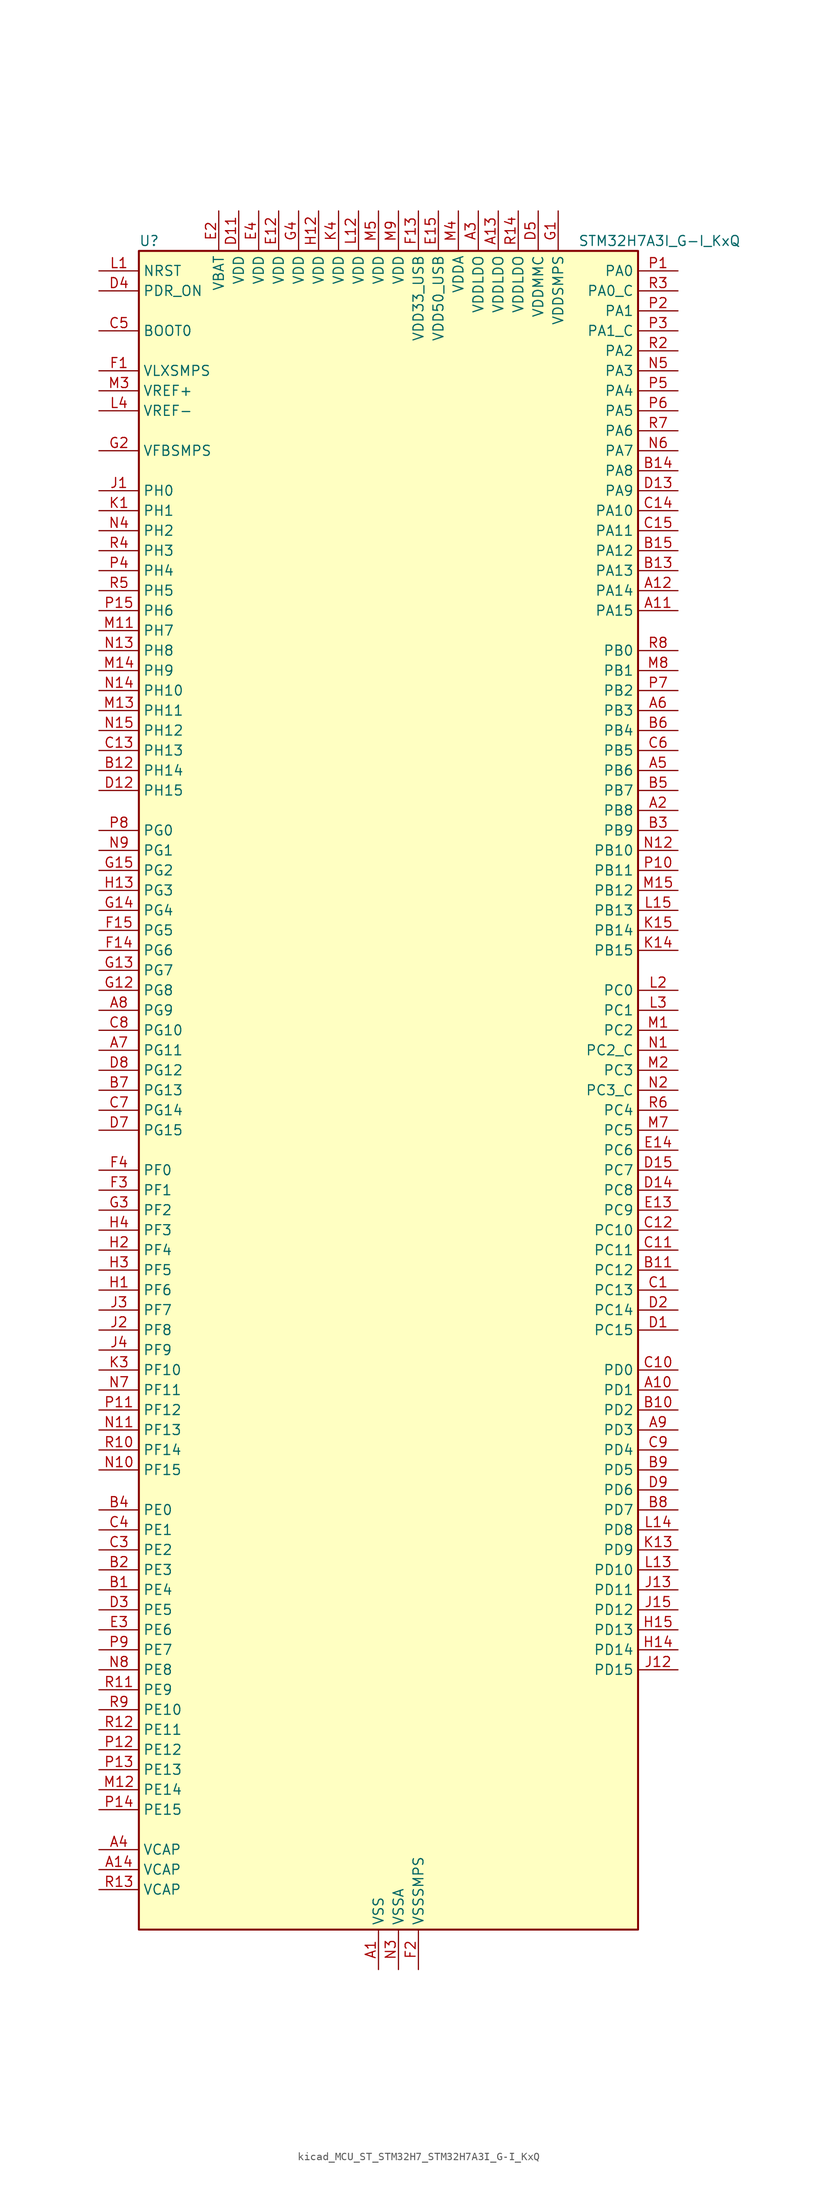
<source format=kicad_sym>
(kicad_symbol_lib
  (version 20220914)
  (generator kicad_symbol_editor)
  (symbol "kicad_MCU_ST_STM32H7_STM32H7A3I_G-I_KxQ"
    (property "Reference" "U"
      (at -30.48 107.95 0)
      (effects (font (size 1.27 1.27)) (justify left)))
    (property "Value" "STM32H7A3I_G-I_KxQ"
      (at 25.4 107.95 0)
      (effects (font (size 1.27 1.27)) (justify left)))
    (property "ki_locked" ""
      (at 0 0 0)
      (effects (font (size 1.27 1.27))))
    (symbol "kicad_MCU_ST_STM32H7_STM32H7A3I_G-I_KxQ_0_1"
      (rectangle (start -30.48 -106.68) (end 33.02 106.68) (stroke (width 0.254) (type default)) (fill (type background))))
    (symbol "kicad_MCU_ST_STM32H7_STM32H7A3I_G-I_KxQ_1_1"
      (pin power_in line (at 0 -111.76 90) (length 5.08) (name "VSS" (effects (font (size 1.27 1.27)))) (number "A1" (effects (font (size 1.27 1.27)))))
      (pin bidirectional line (at 38.1 -38.1 180) (length 5.08) (name "PD1" (effects (font (size 1.27 1.27)))) (number "A10" (effects (font (size 1.27 1.27)))) (alternate "DFSDM1_DATIN6" bidirectional line) (alternate "FDCAN1_TX" bidirectional line) (alternate "FMC_D3" bidirectional line) (alternate "FMC_DA3" bidirectional line) (alternate "UART4_TX" bidirectional line))
      (pin bidirectional line (at 38.1 60.96 180) (length 5.08) (name "PA15" (effects (font (size 1.27 1.27)))) (number "A11" (effects (font (size 1.27 1.27)))) (alternate "ADC1_EXTI15" bidirectional line) (alternate "ADC2_EXTI15" bidirectional line) (alternate "CEC" bidirectional line) (alternate "DEBUG_JTDI" bidirectional line) (alternate "I2S1_WS" bidirectional line) (alternate "I2S3_WS" bidirectional line) (alternate "I2S6_WS" bidirectional line) (alternate "LTDC_B6" bidirectional line) (alternate "LTDC_R3" bidirectional line) (alternate "SPI1_NSS" bidirectional line) (alternate "SPI3_NSS" bidirectional line) (alternate "SPI6_NSS" bidirectional line) (alternate "TIM2_CH1" bidirectional line) (alternate "TIM2_ETR" bidirectional line) (alternate "UART4_DE" bidirectional line) (alternate "UART4_RTS" bidirectional line) (alternate "UART7_TX" bidirectional line))
      (pin bidirectional line (at 38.1 63.5 180) (length 5.08) (name "PA14" (effects (font (size 1.27 1.27)))) (number "A12" (effects (font (size 1.27 1.27)))) (alternate "DEBUG_JTCK-SWCLK" bidirectional line))
      (pin power_in line (at 15.24 111.76 270) (length 5.08) (name "VDDLDO" (effects (font (size 1.27 1.27)))) (number "A13" (effects (font (size 1.27 1.27)))))
      (pin power_out line (at -35.56 -99.06 0) (length 5.08) (name "VCAP" (effects (font (size 1.27 1.27)))) (number "A14" (effects (font (size 1.27 1.27)))))
      (pin passive line (at 0 -111.76 90) (length 5.08) hide (name "VSS" (effects (font (size 1.27 1.27)))) (number "A15" (effects (font (size 1.27 1.27)))))
      (pin bidirectional line (at 38.1 35.56 180) (length 5.08) (name "PB8" (effects (font (size 1.27 1.27)))) (number "A2" (effects (font (size 1.27 1.27)))) (alternate "DCMI_D6" bidirectional line) (alternate "DFSDM1_CKIN7" bidirectional line) (alternate "FDCAN1_RX" bidirectional line) (alternate "I2C1_SCL" bidirectional line) (alternate "I2C4_SCL" bidirectional line) (alternate "LTDC_B6" bidirectional line) (alternate "PSSI_D6" bidirectional line) (alternate "SDMMC1_CKIN" bidirectional line) (alternate "SDMMC1_D4" bidirectional line) (alternate "SDMMC2_D4" bidirectional line) (alternate "TIM16_CH1" bidirectional line) (alternate "TIM4_CH3" bidirectional line) (alternate "UART4_RX" bidirectional line))
      (pin power_in line (at 12.7 111.76 270) (length 5.08) (name "VDDLDO" (effects (font (size 1.27 1.27)))) (number "A3" (effects (font (size 1.27 1.27)))))
      (pin power_out line (at -35.56 -96.52 0) (length 5.08) (name "VCAP" (effects (font (size 1.27 1.27)))) (number "A4" (effects (font (size 1.27 1.27)))))
      (pin bidirectional line (at 38.1 40.64 180) (length 5.08) (name "PB6" (effects (font (size 1.27 1.27)))) (number "A5" (effects (font (size 1.27 1.27)))) (alternate "CEC" bidirectional line) (alternate "DCMI_D5" bidirectional line) (alternate "DFSDM1_DATIN5" bidirectional line) (alternate "FDCAN2_TX" bidirectional line) (alternate "FMC_SDNE1" bidirectional line) (alternate "I2C1_SCL" bidirectional line) (alternate "I2C4_SCL" bidirectional line) (alternate "LPUART1_TX" bidirectional line) (alternate "OCTOSPIM_P1_NCS" bidirectional line) (alternate "PSSI_D5" bidirectional line) (alternate "TIM16_CH1N" bidirectional line) (alternate "TIM4_CH1" bidirectional line) (alternate "UART5_TX" bidirectional line) (alternate "USART1_TX" bidirectional line))
      (pin bidirectional line (at 38.1 48.26 180) (length 5.08) (name "PB3" (effects (font (size 1.27 1.27)))) (number "A6" (effects (font (size 1.27 1.27)))) (alternate "CRS_SYNC" bidirectional line) (alternate "DEBUG_JTDO-SWO" bidirectional line) (alternate "I2S1_CK" bidirectional line) (alternate "I2S3_CK" bidirectional line) (alternate "I2S6_CK" bidirectional line) (alternate "SDMMC2_D2" bidirectional line) (alternate "SPI1_SCK" bidirectional line) (alternate "SPI3_SCK" bidirectional line) (alternate "SPI6_SCK" bidirectional line) (alternate "TIM2_CH2" bidirectional line) (alternate "UART7_RX" bidirectional line))
      (pin bidirectional line (at -35.56 5.08 0) (length 5.08) (name "PG11" (effects (font (size 1.27 1.27)))) (number "A7" (effects (font (size 1.27 1.27)))) (alternate "ADC1_EXTI11" bidirectional line) (alternate "ADC2_EXTI11" bidirectional line) (alternate "DCMI_D3" bidirectional line) (alternate "I2S1_CK" bidirectional line) (alternate "LPTIM1_IN2" bidirectional line) (alternate "LTDC_B3" bidirectional line) (alternate "OCTOSPIM_P2_IO7" bidirectional line) (alternate "PSSI_D3" bidirectional line) (alternate "SDMMC2_D2" bidirectional line) (alternate "SPDIFRX_IN0" bidirectional line) (alternate "SPI1_SCK" bidirectional line) (alternate "USART10_RX" bidirectional line))
      (pin bidirectional line (at -35.56 10.16 0) (length 5.08) (name "PG9" (effects (font (size 1.27 1.27)))) (number "A8" (effects (font (size 1.27 1.27)))) (alternate "DAC1_EXTI9" bidirectional line) (alternate "DCMI_VSYNC" bidirectional line) (alternate "FMC_NCE" bidirectional line) (alternate "FMC_NE2" bidirectional line) (alternate "I2S1_SDI" bidirectional line) (alternate "OCTOSPIM_P1_IO6" bidirectional line) (alternate "PSSI_RDY" bidirectional line) (alternate "SAI2_FS_B" bidirectional line) (alternate "SDMMC2_D0" bidirectional line) (alternate "SPDIFRX_IN3" bidirectional line) (alternate "SPI1_MISO" bidirectional line) (alternate "USART6_RX" bidirectional line))
      (pin bidirectional line (at 38.1 -43.18 180) (length 5.08) (name "PD3" (effects (font (size 1.27 1.27)))) (number "A9" (effects (font (size 1.27 1.27)))) (alternate "DCMI_D5" bidirectional line) (alternate "DFSDM1_CKOUT" bidirectional line) (alternate "FMC_CLK" bidirectional line) (alternate "I2S2_CK" bidirectional line) (alternate "LTDC_G7" bidirectional line) (alternate "PSSI_D5" bidirectional line) (alternate "SPI2_SCK" bidirectional line) (alternate "USART2_CTS" bidirectional line) (alternate "USART2_NSS" bidirectional line))
      (pin bidirectional line (at -35.56 -63.5 0) (length 5.08) (name "PE4" (effects (font (size 1.27 1.27)))) (number "B1" (effects (font (size 1.27 1.27)))) (alternate "DCMI_D4" bidirectional line) (alternate "DEBUG_TRACED1" bidirectional line) (alternate "DFSDM1_DATIN3" bidirectional line) (alternate "FMC_A20" bidirectional line) (alternate "LTDC_B0" bidirectional line) (alternate "PSSI_D4" bidirectional line) (alternate "SAI1_D2" bidirectional line) (alternate "SAI1_FS_A" bidirectional line) (alternate "SPI4_NSS" bidirectional line) (alternate "TIM15_CH1N" bidirectional line))
      (pin bidirectional line (at 38.1 -40.64 180) (length 5.08) (name "PD2" (effects (font (size 1.27 1.27)))) (number "B10" (effects (font (size 1.27 1.27)))) (alternate "DCMI_D11" bidirectional line) (alternate "DEBUG_TRACED2" bidirectional line) (alternate "LTDC_B2" bidirectional line) (alternate "LTDC_B7" bidirectional line) (alternate "PSSI_D11" bidirectional line) (alternate "SDMMC1_CMD" bidirectional line) (alternate "TIM15_BKIN" bidirectional line) (alternate "TIM3_ETR" bidirectional line) (alternate "UART5_RX" bidirectional line))
      (pin bidirectional line (at 38.1 -22.86 180) (length 5.08) (name "PC12" (effects (font (size 1.27 1.27)))) (number "B11" (effects (font (size 1.27 1.27)))) (alternate "DCMI_D9" bidirectional line) (alternate "DEBUG_TRACED3" bidirectional line) (alternate "DFSDM2_CKOUT" bidirectional line) (alternate "I2S3_SDO" bidirectional line) (alternate "I2S6_CK" bidirectional line) (alternate "LTDC_R6" bidirectional line) (alternate "PSSI_D9" bidirectional line) (alternate "SDMMC1_CK" bidirectional line) (alternate "SPI3_MOSI" bidirectional line) (alternate "SPI6_SCK" bidirectional line) (alternate "TIM15_CH1" bidirectional line) (alternate "UART5_TX" bidirectional line) (alternate "USART3_CK" bidirectional line))
      (pin bidirectional line (at -35.56 40.64 0) (length 5.08) (name "PH14" (effects (font (size 1.27 1.27)))) (number "B12" (effects (font (size 1.27 1.27)))) (alternate "DCMI_D4" bidirectional line) (alternate "FDCAN1_RX" bidirectional line) (alternate "FMC_D22" bidirectional line) (alternate "LTDC_G3" bidirectional line) (alternate "PSSI_D4" bidirectional line) (alternate "TIM8_CH2N" bidirectional line) (alternate "UART4_RX" bidirectional line))
      (pin bidirectional line (at 38.1 66.04 180) (length 5.08) (name "PA13" (effects (font (size 1.27 1.27)))) (number "B13" (effects (font (size 1.27 1.27)))) (alternate "DEBUG_JTMS-SWDIO" bidirectional line))
      (pin bidirectional line (at 38.1 78.74 180) (length 5.08) (name "PA8" (effects (font (size 1.27 1.27)))) (number "B14" (effects (font (size 1.27 1.27)))) (alternate "I2C3_SCL" bidirectional line) (alternate "LTDC_B3" bidirectional line) (alternate "LTDC_R6" bidirectional line) (alternate "RCC_MCO_1" bidirectional line) (alternate "TIM1_CH1" bidirectional line) (alternate "TIM8_BKIN2" bidirectional line) (alternate "TIM8_BKIN2_COMP1" bidirectional line) (alternate "TIM8_BKIN2_COMP2" bidirectional line) (alternate "UART7_RX" bidirectional line) (alternate "USART1_CK" bidirectional line) (alternate "USB_OTG_HS_SOF" bidirectional line))
      (pin bidirectional line (at 38.1 68.58 180) (length 5.08) (name "PA12" (effects (font (size 1.27 1.27)))) (number "B15" (effects (font (size 1.27 1.27)))) (alternate "FDCAN1_TX" bidirectional line) (alternate "I2S2_CK" bidirectional line) (alternate "LPUART1_DE" bidirectional line) (alternate "LPUART1_RTS" bidirectional line) (alternate "LTDC_R5" bidirectional line) (alternate "SAI2_FS_B" bidirectional line) (alternate "SPI2_SCK" bidirectional line) (alternate "TIM1_ETR" bidirectional line) (alternate "UART4_TX" bidirectional line) (alternate "USART1_DE" bidirectional line) (alternate "USART1_RTS" bidirectional line) (alternate "USB_OTG_HS_DP" bidirectional line))
      (pin bidirectional line (at -35.56 -60.96 0) (length 5.08) (name "PE3" (effects (font (size 1.27 1.27)))) (number "B2" (effects (font (size 1.27 1.27)))) (alternate "DEBUG_TRACED0" bidirectional line) (alternate "FMC_A19" bidirectional line) (alternate "SAI1_SD_B" bidirectional line) (alternate "TIM15_BKIN" bidirectional line) (alternate "USART10_TX" bidirectional line))
      (pin bidirectional line (at 38.1 33.02 180) (length 5.08) (name "PB9" (effects (font (size 1.27 1.27)))) (number "B3" (effects (font (size 1.27 1.27)))) (alternate "DAC1_EXTI9" bidirectional line) (alternate "DCMI_D7" bidirectional line) (alternate "DFSDM1_DATIN7" bidirectional line) (alternate "FDCAN1_TX" bidirectional line) (alternate "I2C1_SDA" bidirectional line) (alternate "I2C4_SDA" bidirectional line) (alternate "I2C4_SMBA" bidirectional line) (alternate "I2S2_WS" bidirectional line) (alternate "LTDC_B7" bidirectional line) (alternate "PSSI_D7" bidirectional line) (alternate "SDMMC1_CDIR" bidirectional line) (alternate "SDMMC1_D5" bidirectional line) (alternate "SDMMC2_D5" bidirectional line) (alternate "SPI2_NSS" bidirectional line) (alternate "TIM17_CH1" bidirectional line) (alternate "TIM4_CH4" bidirectional line) (alternate "UART4_TX" bidirectional line))
      (pin bidirectional line (at -35.56 -53.34 0) (length 5.08) (name "PE0" (effects (font (size 1.27 1.27)))) (number "B4" (effects (font (size 1.27 1.27)))) (alternate "DCMI_D2" bidirectional line) (alternate "FMC_NBL0" bidirectional line) (alternate "LPTIM1_ETR" bidirectional line) (alternate "LPTIM2_ETR" bidirectional line) (alternate "LTDC_R0" bidirectional line) (alternate "PSSI_D2" bidirectional line) (alternate "SAI2_MCLK_A" bidirectional line) (alternate "TIM4_ETR" bidirectional line) (alternate "UART8_RX" bidirectional line))
      (pin bidirectional line (at 38.1 38.1 180) (length 5.08) (name "PB7" (effects (font (size 1.27 1.27)))) (number "B5" (effects (font (size 1.27 1.27)))) (alternate "DCMI_VSYNC" bidirectional line) (alternate "DFSDM1_CKIN5" bidirectional line) (alternate "FMC_NL" bidirectional line) (alternate "I2C1_SDA" bidirectional line) (alternate "I2C4_SDA" bidirectional line) (alternate "LPUART1_RX" bidirectional line) (alternate "PSSI_RDY" bidirectional line) (alternate "PWR_PVD_IN" bidirectional line) (alternate "TIM17_CH1N" bidirectional line) (alternate "TIM4_CH2" bidirectional line) (alternate "USART1_RX" bidirectional line))
      (pin bidirectional line (at 38.1 45.72 180) (length 5.08) (name "PB4" (effects (font (size 1.27 1.27)))) (number "B6" (effects (font (size 1.27 1.27)))) (alternate "DEBUG_JTRST" bidirectional line) (alternate "I2S1_SDI" bidirectional line) (alternate "I2S2_WS" bidirectional line) (alternate "I2S3_SDI" bidirectional line) (alternate "I2S6_SDI" bidirectional line) (alternate "SDMMC2_D3" bidirectional line) (alternate "SPI1_MISO" bidirectional line) (alternate "SPI2_NSS" bidirectional line) (alternate "SPI3_MISO" bidirectional line) (alternate "SPI6_MISO" bidirectional line) (alternate "TIM16_BKIN" bidirectional line) (alternate "TIM3_CH1" bidirectional line) (alternate "UART7_TX" bidirectional line))
      (pin bidirectional line (at -35.56 0 0) (length 5.08) (name "PG13" (effects (font (size 1.27 1.27)))) (number "B7" (effects (font (size 1.27 1.27)))) (alternate "DEBUG_TRACED0" bidirectional line) (alternate "FMC_A24" bidirectional line) (alternate "I2S6_CK" bidirectional line) (alternate "LPTIM1_OUT" bidirectional line) (alternate "LTDC_R0" bidirectional line) (alternate "SDMMC2_D6" bidirectional line) (alternate "SPI6_SCK" bidirectional line) (alternate "USART10_CTS" bidirectional line) (alternate "USART10_NSS" bidirectional line) (alternate "USART6_CTS" bidirectional line) (alternate "USART6_NSS" bidirectional line))
      (pin bidirectional line (at 38.1 -53.34 180) (length 5.08) (name "PD7" (effects (font (size 1.27 1.27)))) (number "B8" (effects (font (size 1.27 1.27)))) (alternate "DFSDM1_CKIN1" bidirectional line) (alternate "DFSDM1_DATIN4" bidirectional line) (alternate "FMC_NE1" bidirectional line) (alternate "I2S1_SDO" bidirectional line) (alternate "OCTOSPIM_P1_IO7" bidirectional line) (alternate "SDMMC2_CMD" bidirectional line) (alternate "SPDIFRX_IN0" bidirectional line) (alternate "SPI1_MOSI" bidirectional line) (alternate "USART2_CK" bidirectional line))
      (pin bidirectional line (at 38.1 -48.26 180) (length 5.08) (name "PD5" (effects (font (size 1.27 1.27)))) (number "B9" (effects (font (size 1.27 1.27)))) (alternate "FMC_NWE" bidirectional line) (alternate "OCTOSPIM_P1_IO5" bidirectional line) (alternate "USART2_TX" bidirectional line))
      (pin bidirectional line (at 38.1 -25.4 180) (length 5.08) (name "PC13" (effects (font (size 1.27 1.27)))) (number "C1" (effects (font (size 1.27 1.27)))) (alternate "PWR_WKUP4" bidirectional line) (alternate "RTC_OUT_ALARM" bidirectional line) (alternate "RTC_OUT_CALIB" bidirectional line) (alternate "RTC_TAMP1" bidirectional line) (alternate "RTC_TS" bidirectional line))
      (pin bidirectional line (at 38.1 -35.56 180) (length 5.08) (name "PD0" (effects (font (size 1.27 1.27)))) (number "C10" (effects (font (size 1.27 1.27)))) (alternate "DFSDM1_CKIN6" bidirectional line) (alternate "FDCAN1_RX" bidirectional line) (alternate "FMC_D2" bidirectional line) (alternate "FMC_DA2" bidirectional line) (alternate "LTDC_B1" bidirectional line) (alternate "UART4_RX" bidirectional line) (alternate "UART9_CTS" bidirectional line))
      (pin bidirectional line (at 38.1 -20.32 180) (length 5.08) (name "PC11" (effects (font (size 1.27 1.27)))) (number "C11" (effects (font (size 1.27 1.27)))) (alternate "ADC1_EXTI11" bidirectional line) (alternate "ADC2_EXTI11" bidirectional line) (alternate "DCMI_D4" bidirectional line) (alternate "DFSDM1_DATIN5" bidirectional line) (alternate "DFSDM2_DATIN0" bidirectional line) (alternate "I2S3_SDI" bidirectional line) (alternate "LTDC_B4" bidirectional line) (alternate "OCTOSPIM_P1_NCS" bidirectional line) (alternate "PSSI_D4" bidirectional line) (alternate "SDMMC1_D3" bidirectional line) (alternate "SPI3_MISO" bidirectional line) (alternate "UART4_RX" bidirectional line) (alternate "USART3_RX" bidirectional line))
      (pin bidirectional line (at 38.1 -17.78 180) (length 5.08) (name "PC10" (effects (font (size 1.27 1.27)))) (number "C12" (effects (font (size 1.27 1.27)))) (alternate "DCMI_D8" bidirectional line) (alternate "DFSDM1_CKIN5" bidirectional line) (alternate "DFSDM2_CKIN0" bidirectional line) (alternate "I2S3_CK" bidirectional line) (alternate "LTDC_B1" bidirectional line) (alternate "LTDC_R2" bidirectional line) (alternate "OCTOSPIM_P1_IO1" bidirectional line) (alternate "PSSI_D8" bidirectional line) (alternate "SDMMC1_D2" bidirectional line) (alternate "SPI3_SCK" bidirectional line) (alternate "SWPMI1_RX" bidirectional line) (alternate "UART4_TX" bidirectional line) (alternate "USART3_TX" bidirectional line))
      (pin bidirectional line (at -35.56 43.18 0) (length 5.08) (name "PH13" (effects (font (size 1.27 1.27)))) (number "C13" (effects (font (size 1.27 1.27)))) (alternate "FDCAN1_TX" bidirectional line) (alternate "FMC_D21" bidirectional line) (alternate "LTDC_G2" bidirectional line) (alternate "TIM8_CH1N" bidirectional line) (alternate "UART4_TX" bidirectional line))
      (pin bidirectional line (at 38.1 73.66 180) (length 5.08) (name "PA10" (effects (font (size 1.27 1.27)))) (number "C14" (effects (font (size 1.27 1.27)))) (alternate "DCMI_D1" bidirectional line) (alternate "LPUART1_RX" bidirectional line) (alternate "LTDC_B1" bidirectional line) (alternate "LTDC_B4" bidirectional line) (alternate "MDIOS_MDIO" bidirectional line) (alternate "PSSI_D1" bidirectional line) (alternate "TIM1_CH3" bidirectional line) (alternate "USART1_RX" bidirectional line) (alternate "USB_OTG_HS_ID" bidirectional line))
      (pin bidirectional line (at 38.1 71.12 180) (length 5.08) (name "PA11" (effects (font (size 1.27 1.27)))) (number "C15" (effects (font (size 1.27 1.27)))) (alternate "ADC1_EXTI11" bidirectional line) (alternate "ADC2_EXTI11" bidirectional line) (alternate "FDCAN1_RX" bidirectional line) (alternate "I2S2_WS" bidirectional line) (alternate "LPUART1_CTS" bidirectional line) (alternate "LTDC_R4" bidirectional line) (alternate "SPI2_NSS" bidirectional line) (alternate "TIM1_CH4" bidirectional line) (alternate "UART4_RX" bidirectional line) (alternate "USART1_CTS" bidirectional line) (alternate "USART1_NSS" bidirectional line) (alternate "USB_OTG_HS_DM" bidirectional line))
      (pin passive line (at 0 -111.76 90) (length 5.08) hide (name "VSS" (effects (font (size 1.27 1.27)))) (number "C2" (effects (font (size 1.27 1.27)))))
      (pin bidirectional line (at -35.56 -58.42 0) (length 5.08) (name "PE2" (effects (font (size 1.27 1.27)))) (number "C3" (effects (font (size 1.27 1.27)))) (alternate "DEBUG_TRACECLK" bidirectional line) (alternate "FMC_A23" bidirectional line) (alternate "OCTOSPIM_P1_IO2" bidirectional line) (alternate "SAI1_CK1" bidirectional line) (alternate "SAI1_MCLK_A" bidirectional line) (alternate "SPI4_SCK" bidirectional line) (alternate "USART10_RX" bidirectional line))
      (pin bidirectional line (at -35.56 -55.88 0) (length 5.08) (name "PE1" (effects (font (size 1.27 1.27)))) (number "C4" (effects (font (size 1.27 1.27)))) (alternate "DCMI_D3" bidirectional line) (alternate "FMC_NBL1" bidirectional line) (alternate "LPTIM1_IN2" bidirectional line) (alternate "LTDC_R6" bidirectional line) (alternate "PSSI_D3" bidirectional line) (alternate "UART8_TX" bidirectional line))
      (pin input line (at -35.56 96.52 0) (length 5.08) (name "BOOT0" (effects (font (size 1.27 1.27)))) (number "C5" (effects (font (size 1.27 1.27)))))
      (pin bidirectional line (at 38.1 43.18 180) (length 5.08) (name "PB5" (effects (font (size 1.27 1.27)))) (number "C6" (effects (font (size 1.27 1.27)))) (alternate "DCMI_D10" bidirectional line) (alternate "FDCAN2_RX" bidirectional line) (alternate "FMC_SDCKE1" bidirectional line) (alternate "I2C1_SMBA" bidirectional line) (alternate "I2C4_SMBA" bidirectional line) (alternate "I2S1_SDO" bidirectional line) (alternate "I2S3_SDO" bidirectional line) (alternate "I2S6_SDO" bidirectional line) (alternate "LTDC_B5" bidirectional line) (alternate "PSSI_D10" bidirectional line) (alternate "SPI1_MOSI" bidirectional line) (alternate "SPI3_MOSI" bidirectional line) (alternate "SPI6_MOSI" bidirectional line) (alternate "TIM17_BKIN" bidirectional line) (alternate "TIM3_CH2" bidirectional line) (alternate "UART5_RX" bidirectional line) (alternate "USB_OTG_HS_ULPI_D7" bidirectional line))
      (pin bidirectional line (at -35.56 -2.54 0) (length 5.08) (name "PG14" (effects (font (size 1.27 1.27)))) (number "C7" (effects (font (size 1.27 1.27)))) (alternate "DEBUG_TRACED1" bidirectional line) (alternate "FMC_A25" bidirectional line) (alternate "I2S6_SDO" bidirectional line) (alternate "LPTIM1_ETR" bidirectional line) (alternate "LTDC_B0" bidirectional line) (alternate "OCTOSPIM_P1_IO7" bidirectional line) (alternate "SDMMC2_D7" bidirectional line) (alternate "SPI6_MOSI" bidirectional line) (alternate "USART10_DE" bidirectional line) (alternate "USART10_RTS" bidirectional line) (alternate "USART6_TX" bidirectional line))
      (pin bidirectional line (at -35.56 7.62 0) (length 5.08) (name "PG10" (effects (font (size 1.27 1.27)))) (number "C8" (effects (font (size 1.27 1.27)))) (alternate "DCMI_D2" bidirectional line) (alternate "FMC_NE3" bidirectional line) (alternate "I2S1_WS" bidirectional line) (alternate "LTDC_B2" bidirectional line) (alternate "LTDC_G3" bidirectional line) (alternate "OCTOSPIM_P2_IO6" bidirectional line) (alternate "PSSI_D2" bidirectional line) (alternate "SAI2_SD_B" bidirectional line) (alternate "SDMMC2_D1" bidirectional line) (alternate "SPI1_NSS" bidirectional line))
      (pin bidirectional line (at 38.1 -45.72 180) (length 5.08) (name "PD4" (effects (font (size 1.27 1.27)))) (number "C9" (effects (font (size 1.27 1.27)))) (alternate "FMC_NOE" bidirectional line) (alternate "OCTOSPIM_P1_IO4" bidirectional line) (alternate "USART2_DE" bidirectional line) (alternate "USART2_RTS" bidirectional line))
      (pin bidirectional line (at 38.1 -30.48 180) (length 5.08) (name "PC15" (effects (font (size 1.27 1.27)))) (number "D1" (effects (font (size 1.27 1.27)))) (alternate "ADC1_EXTI15" bidirectional line) (alternate "ADC2_EXTI15" bidirectional line) (alternate "RCC_OSC32_OUT" bidirectional line))
      (pin passive line (at 0 -111.76 90) (length 5.08) hide (name "VSS" (effects (font (size 1.27 1.27)))) (number "D10" (effects (font (size 1.27 1.27)))))
      (pin power_in line (at -17.78 111.76 270) (length 5.08) (name "VDD" (effects (font (size 1.27 1.27)))) (number "D11" (effects (font (size 1.27 1.27)))))
      (pin bidirectional line (at -35.56 38.1 0) (length 5.08) (name "PH15" (effects (font (size 1.27 1.27)))) (number "D12" (effects (font (size 1.27 1.27)))) (alternate "ADC1_EXTI15" bidirectional line) (alternate "ADC2_EXTI15" bidirectional line) (alternate "DCMI_D11" bidirectional line) (alternate "FMC_D23" bidirectional line) (alternate "LTDC_G4" bidirectional line) (alternate "PSSI_D11" bidirectional line) (alternate "TIM8_CH3N" bidirectional line))
      (pin bidirectional line (at 38.1 76.2 180) (length 5.08) (name "PA9" (effects (font (size 1.27 1.27)))) (number "D13" (effects (font (size 1.27 1.27)))) (alternate "DAC1_EXTI9" bidirectional line) (alternate "DCMI_D0" bidirectional line) (alternate "I2C3_SMBA" bidirectional line) (alternate "I2S2_CK" bidirectional line) (alternate "LPUART1_TX" bidirectional line) (alternate "LTDC_R5" bidirectional line) (alternate "PSSI_D0" bidirectional line) (alternate "SPI2_SCK" bidirectional line) (alternate "TIM1_CH2" bidirectional line) (alternate "USART1_TX" bidirectional line) (alternate "USB_OTG_HS_VBUS" bidirectional line))
      (pin bidirectional line (at 38.1 -12.7 180) (length 5.08) (name "PC8" (effects (font (size 1.27 1.27)))) (number "D14" (effects (font (size 1.27 1.27)))) (alternate "DCMI_D2" bidirectional line) (alternate "DEBUG_TRACED1" bidirectional line) (alternate "FMC_INT" bidirectional line) (alternate "FMC_NCE" bidirectional line) (alternate "FMC_NE2" bidirectional line) (alternate "PSSI_D2" bidirectional line) (alternate "SDMMC1_D0" bidirectional line) (alternate "SWPMI1_RX" bidirectional line) (alternate "TIM3_CH3" bidirectional line) (alternate "TIM8_CH3" bidirectional line) (alternate "UART5_DE" bidirectional line) (alternate "UART5_RTS" bidirectional line) (alternate "USART6_CK" bidirectional line))
      (pin bidirectional line (at 38.1 -10.16 180) (length 5.08) (name "PC7" (effects (font (size 1.27 1.27)))) (number "D15" (effects (font (size 1.27 1.27)))) (alternate "DCMI_D1" bidirectional line) (alternate "DEBUG_TRGIO" bidirectional line) (alternate "DFSDM1_DATIN3" bidirectional line) (alternate "FMC_NE1" bidirectional line) (alternate "I2S3_MCK" bidirectional line) (alternate "LTDC_G6" bidirectional line) (alternate "PSSI_D1" bidirectional line) (alternate "SDMMC1_D123DIR" bidirectional line) (alternate "SDMMC1_D7" bidirectional line) (alternate "SDMMC2_D7" bidirectional line) (alternate "SWPMI1_TX" bidirectional line) (alternate "TIM3_CH2" bidirectional line) (alternate "TIM8_CH2" bidirectional line) (alternate "USART6_RX" bidirectional line))
      (pin bidirectional line (at 38.1 -27.94 180) (length 5.08) (name "PC14" (effects (font (size 1.27 1.27)))) (number "D2" (effects (font (size 1.27 1.27)))) (alternate "RCC_OSC32_IN" bidirectional line))
      (pin bidirectional line (at -35.56 -66.04 0) (length 5.08) (name "PE5" (effects (font (size 1.27 1.27)))) (number "D3" (effects (font (size 1.27 1.27)))) (alternate "DCMI_D6" bidirectional line) (alternate "DEBUG_TRACED2" bidirectional line) (alternate "DFSDM1_CKIN3" bidirectional line) (alternate "FMC_A21" bidirectional line) (alternate "LTDC_G0" bidirectional line) (alternate "PSSI_D6" bidirectional line) (alternate "SAI1_CK2" bidirectional line) (alternate "SAI1_SCK_A" bidirectional line) (alternate "SPI4_MISO" bidirectional line) (alternate "TIM15_CH1" bidirectional line))
      (pin input line (at -35.56 101.6 0) (length 5.08) (name "PDR_ON" (effects (font (size 1.27 1.27)))) (number "D4" (effects (font (size 1.27 1.27)))))
      (pin power_in line (at 20.32 111.76 270) (length 5.08) (name "VDDMMC" (effects (font (size 1.27 1.27)))) (number "D5" (effects (font (size 1.27 1.27)))))
      (pin passive line (at 0 -111.76 90) (length 5.08) hide (name "VSS" (effects (font (size 1.27 1.27)))) (number "D6" (effects (font (size 1.27 1.27)))))
      (pin bidirectional line (at -35.56 -5.08 0) (length 5.08) (name "PG15" (effects (font (size 1.27 1.27)))) (number "D7" (effects (font (size 1.27 1.27)))) (alternate "ADC1_EXTI15" bidirectional line) (alternate "ADC2_EXTI15" bidirectional line) (alternate "DCMI_D13" bidirectional line) (alternate "FMC_SDNCAS" bidirectional line) (alternate "OCTOSPIM_P2_DQS" bidirectional line) (alternate "PSSI_D13" bidirectional line) (alternate "USART10_CK" bidirectional line) (alternate "USART6_CTS" bidirectional line) (alternate "USART6_NSS" bidirectional line))
      (pin bidirectional line (at -35.56 2.54 0) (length 5.08) (name "PG12" (effects (font (size 1.27 1.27)))) (number "D8" (effects (font (size 1.27 1.27)))) (alternate "FMC_NE4" bidirectional line) (alternate "I2S6_SDI" bidirectional line) (alternate "LPTIM1_IN1" bidirectional line) (alternate "LTDC_B1" bidirectional line) (alternate "LTDC_B4" bidirectional line) (alternate "OCTOSPIM_P2_NCS" bidirectional line) (alternate "SDMMC2_D3" bidirectional line) (alternate "SPDIFRX_IN1" bidirectional line) (alternate "SPI6_MISO" bidirectional line) (alternate "USART10_TX" bidirectional line) (alternate "USART6_DE" bidirectional line) (alternate "USART6_RTS" bidirectional line))
      (pin bidirectional line (at 38.1 -50.8 180) (length 5.08) (name "PD6" (effects (font (size 1.27 1.27)))) (number "D9" (effects (font (size 1.27 1.27)))) (alternate "DCMI_D10" bidirectional line) (alternate "DFSDM1_CKIN4" bidirectional line) (alternate "DFSDM1_DATIN1" bidirectional line) (alternate "FMC_NWAIT" bidirectional line) (alternate "I2S3_SDO" bidirectional line) (alternate "LTDC_B2" bidirectional line) (alternate "OCTOSPIM_P1_IO6" bidirectional line) (alternate "PSSI_D10" bidirectional line) (alternate "SAI1_D1" bidirectional line) (alternate "SAI1_SD_A" bidirectional line) (alternate "SDMMC2_CK" bidirectional line) (alternate "SPI3_MOSI" bidirectional line) (alternate "USART2_RX" bidirectional line))
      (pin passive line (at 0 -111.76 90) (length 5.08) hide (name "VSS" (effects (font (size 1.27 1.27)))) (number "E1" (effects (font (size 1.27 1.27)))))
      (pin power_in line (at -12.7 111.76 270) (length 5.08) (name "VDD" (effects (font (size 1.27 1.27)))) (number "E12" (effects (font (size 1.27 1.27)))))
      (pin bidirectional line (at 38.1 -15.24 180) (length 5.08) (name "PC9" (effects (font (size 1.27 1.27)))) (number "E13" (effects (font (size 1.27 1.27)))) (alternate "DAC1_EXTI9" bidirectional line) (alternate "DCMI_D3" bidirectional line) (alternate "I2C3_SDA" bidirectional line) (alternate "I2S_CKIN" bidirectional line) (alternate "LTDC_B2" bidirectional line) (alternate "LTDC_G3" bidirectional line) (alternate "OCTOSPIM_P1_IO0" bidirectional line) (alternate "PSSI_D3" bidirectional line) (alternate "RCC_MCO_2" bidirectional line) (alternate "SDMMC1_D1" bidirectional line) (alternate "SWPMI1_SUSPEND" bidirectional line) (alternate "TIM3_CH4" bidirectional line) (alternate "TIM8_CH4" bidirectional line) (alternate "UART5_CTS" bidirectional line))
      (pin bidirectional line (at 38.1 -7.62 180) (length 5.08) (name "PC6" (effects (font (size 1.27 1.27)))) (number "E14" (effects (font (size 1.27 1.27)))) (alternate "DCMI_D0" bidirectional line) (alternate "DFSDM1_CKIN3" bidirectional line) (alternate "FMC_NWAIT" bidirectional line) (alternate "I2S2_MCK" bidirectional line) (alternate "LTDC_HSYNC" bidirectional line) (alternate "PSSI_D0" bidirectional line) (alternate "SDMMC1_D0DIR" bidirectional line) (alternate "SDMMC1_D6" bidirectional line) (alternate "SDMMC2_D6" bidirectional line) (alternate "SWPMI1_IO" bidirectional line) (alternate "TIM3_CH1" bidirectional line) (alternate "TIM8_CH1" bidirectional line) (alternate "USART6_TX" bidirectional line))
      (pin power_in line (at 7.62 111.76 270) (length 5.08) (name "VDD50_USB" (effects (font (size 1.27 1.27)))) (number "E15" (effects (font (size 1.27 1.27)))))
      (pin power_in line (at -20.32 111.76 270) (length 5.08) (name "VBAT" (effects (font (size 1.27 1.27)))) (number "E2" (effects (font (size 1.27 1.27)))))
      (pin bidirectional line (at -35.56 -68.58 0) (length 5.08) (name "PE6" (effects (font (size 1.27 1.27)))) (number "E3" (effects (font (size 1.27 1.27)))) (alternate "DCMI_D7" bidirectional line) (alternate "DEBUG_TRACED3" bidirectional line) (alternate "FMC_A22" bidirectional line) (alternate "LTDC_G1" bidirectional line) (alternate "PSSI_D7" bidirectional line) (alternate "SAI1_D1" bidirectional line) (alternate "SAI1_SD_A" bidirectional line) (alternate "SAI2_MCLK_B" bidirectional line) (alternate "SPI4_MOSI" bidirectional line) (alternate "TIM15_CH2" bidirectional line) (alternate "TIM1_BKIN2" bidirectional line) (alternate "TIM1_BKIN2_COMP1" bidirectional line) (alternate "TIM1_BKIN2_COMP2" bidirectional line))
      (pin power_in line (at -15.24 111.76 270) (length 5.08) (name "VDD" (effects (font (size 1.27 1.27)))) (number "E4" (effects (font (size 1.27 1.27)))))
      (pin power_in line (at -35.56 91.44 0) (length 5.08) (name "VLXSMPS" (effects (font (size 1.27 1.27)))) (number "F1" (effects (font (size 1.27 1.27)))))
      (pin passive line (at 0 -111.76 90) (length 5.08) hide (name "VSS" (effects (font (size 1.27 1.27)))) (number "F10" (effects (font (size 1.27 1.27)))))
      (pin passive line (at 0 -111.76 90) (length 5.08) hide (name "VSS" (effects (font (size 1.27 1.27)))) (number "F12" (effects (font (size 1.27 1.27)))))
      (pin power_in line (at 5.08 111.76 270) (length 5.08) (name "VDD33_USB" (effects (font (size 1.27 1.27)))) (number "F13" (effects (font (size 1.27 1.27)))))
      (pin bidirectional line (at -35.56 17.78 0) (length 5.08) (name "PG6" (effects (font (size 1.27 1.27)))) (number "F14" (effects (font (size 1.27 1.27)))) (alternate "DCMI_D12" bidirectional line) (alternate "FMC_NE3" bidirectional line) (alternate "LTDC_R7" bidirectional line) (alternate "OCTOSPIM_P1_NCS" bidirectional line) (alternate "PSSI_D12" bidirectional line) (alternate "TIM17_BKIN" bidirectional line))
      (pin bidirectional line (at -35.56 20.32 0) (length 5.08) (name "PG5" (effects (font (size 1.27 1.27)))) (number "F15" (effects (font (size 1.27 1.27)))) (alternate "FMC_A15" bidirectional line) (alternate "FMC_BA1" bidirectional line) (alternate "TIM1_ETR" bidirectional line))
      (pin power_in line (at 5.08 -111.76 90) (length 5.08) (name "VSSSMPS" (effects (font (size 1.27 1.27)))) (number "F2" (effects (font (size 1.27 1.27)))))
      (pin bidirectional line (at -35.56 -12.7 0) (length 5.08) (name "PF1" (effects (font (size 1.27 1.27)))) (number "F3" (effects (font (size 1.27 1.27)))) (alternate "FMC_A1" bidirectional line) (alternate "I2C2_SCL" bidirectional line) (alternate "OCTOSPIM_P2_IO1" bidirectional line))
      (pin bidirectional line (at -35.56 -10.16 0) (length 5.08) (name "PF0" (effects (font (size 1.27 1.27)))) (number "F4" (effects (font (size 1.27 1.27)))) (alternate "FMC_A0" bidirectional line) (alternate "I2C2_SDA" bidirectional line) (alternate "OCTOSPIM_P2_IO0" bidirectional line))
      (pin passive line (at 0 -111.76 90) (length 5.08) hide (name "VSS" (effects (font (size 1.27 1.27)))) (number "F6" (effects (font (size 1.27 1.27)))))
      (pin passive line (at 0 -111.76 90) (length 5.08) hide (name "VSS" (effects (font (size 1.27 1.27)))) (number "F7" (effects (font (size 1.27 1.27)))))
      (pin passive line (at 0 -111.76 90) (length 5.08) hide (name "VSS" (effects (font (size 1.27 1.27)))) (number "F8" (effects (font (size 1.27 1.27)))))
      (pin passive line (at 0 -111.76 90) (length 5.08) hide (name "VSS" (effects (font (size 1.27 1.27)))) (number "F9" (effects (font (size 1.27 1.27)))))
      (pin power_in line (at 22.86 111.76 270) (length 5.08) (name "VDDSMPS" (effects (font (size 1.27 1.27)))) (number "G1" (effects (font (size 1.27 1.27)))))
      (pin passive line (at 0 -111.76 90) (length 5.08) hide (name "VSS" (effects (font (size 1.27 1.27)))) (number "G10" (effects (font (size 1.27 1.27)))))
      (pin bidirectional line (at -35.56 12.7 0) (length 5.08) (name "PG8" (effects (font (size 1.27 1.27)))) (number "G12" (effects (font (size 1.27 1.27)))) (alternate "FMC_SDCLK" bidirectional line) (alternate "I2S6_WS" bidirectional line) (alternate "LTDC_G7" bidirectional line) (alternate "SPDIFRX_IN2" bidirectional line) (alternate "SPI6_NSS" bidirectional line) (alternate "TIM8_ETR" bidirectional line) (alternate "USART6_DE" bidirectional line) (alternate "USART6_RTS" bidirectional line))
      (pin bidirectional line (at -35.56 15.24 0) (length 5.08) (name "PG7" (effects (font (size 1.27 1.27)))) (number "G13" (effects (font (size 1.27 1.27)))) (alternate "DCMI_D13" bidirectional line) (alternate "FMC_INT" bidirectional line) (alternate "LTDC_CLK" bidirectional line) (alternate "OCTOSPIM_P2_DQS" bidirectional line) (alternate "PSSI_D13" bidirectional line) (alternate "SAI1_MCLK_A" bidirectional line) (alternate "USART6_CK" bidirectional line))
      (pin bidirectional line (at -35.56 22.86 0) (length 5.08) (name "PG4" (effects (font (size 1.27 1.27)))) (number "G14" (effects (font (size 1.27 1.27)))) (alternate "FMC_A14" bidirectional line) (alternate "FMC_BA0" bidirectional line) (alternate "TIM1_BKIN2" bidirectional line) (alternate "TIM1_BKIN2_COMP1" bidirectional line) (alternate "TIM1_BKIN2_COMP2" bidirectional line))
      (pin bidirectional line (at -35.56 27.94 0) (length 5.08) (name "PG2" (effects (font (size 1.27 1.27)))) (number "G15" (effects (font (size 1.27 1.27)))) (alternate "FMC_A12" bidirectional line) (alternate "TIM8_BKIN" bidirectional line) (alternate "TIM8_BKIN_COMP1" bidirectional line) (alternate "TIM8_BKIN_COMP2" bidirectional line))
      (pin input line (at -35.56 81.28 0) (length 5.08) (name "VFBSMPS" (effects (font (size 1.27 1.27)))) (number "G2" (effects (font (size 1.27 1.27)))))
      (pin bidirectional line (at -35.56 -15.24 0) (length 5.08) (name "PF2" (effects (font (size 1.27 1.27)))) (number "G3" (effects (font (size 1.27 1.27)))) (alternate "FMC_A2" bidirectional line) (alternate "I2C2_SMBA" bidirectional line) (alternate "OCTOSPIM_P2_IO2" bidirectional line))
      (pin power_in line (at -10.16 111.76 270) (length 5.08) (name "VDD" (effects (font (size 1.27 1.27)))) (number "G4" (effects (font (size 1.27 1.27)))))
      (pin passive line (at 0 -111.76 90) (length 5.08) hide (name "VSS" (effects (font (size 1.27 1.27)))) (number "G6" (effects (font (size 1.27 1.27)))))
      (pin passive line (at 0 -111.76 90) (length 5.08) hide (name "VSS" (effects (font (size 1.27 1.27)))) (number "G7" (effects (font (size 1.27 1.27)))))
      (pin passive line (at 0 -111.76 90) (length 5.08) hide (name "VSS" (effects (font (size 1.27 1.27)))) (number "G8" (effects (font (size 1.27 1.27)))))
      (pin passive line (at 0 -111.76 90) (length 5.08) hide (name "VSS" (effects (font (size 1.27 1.27)))) (number "G9" (effects (font (size 1.27 1.27)))))
      (pin bidirectional line (at -35.56 -25.4 0) (length 5.08) (name "PF6" (effects (font (size 1.27 1.27)))) (number "H1" (effects (font (size 1.27 1.27)))) (alternate "OCTOSPIM_P1_IO3" bidirectional line) (alternate "SAI1_SD_B" bidirectional line) (alternate "SPI5_NSS" bidirectional line) (alternate "TIM16_CH1" bidirectional line) (alternate "UART7_RX" bidirectional line))
      (pin passive line (at 0 -111.76 90) (length 5.08) hide (name "VSS" (effects (font (size 1.27 1.27)))) (number "H10" (effects (font (size 1.27 1.27)))))
      (pin power_in line (at -7.62 111.76 270) (length 5.08) (name "VDD" (effects (font (size 1.27 1.27)))) (number "H12" (effects (font (size 1.27 1.27)))))
      (pin bidirectional line (at -35.56 25.4 0) (length 5.08) (name "PG3" (effects (font (size 1.27 1.27)))) (number "H13" (effects (font (size 1.27 1.27)))) (alternate "FMC_A13" bidirectional line) (alternate "TIM8_BKIN2" bidirectional line) (alternate "TIM8_BKIN2_COMP1" bidirectional line) (alternate "TIM8_BKIN2_COMP2" bidirectional line))
      (pin bidirectional line (at 38.1 -71.12 180) (length 5.08) (name "PD14" (effects (font (size 1.27 1.27)))) (number "H14" (effects (font (size 1.27 1.27)))) (alternate "FMC_D0" bidirectional line) (alternate "FMC_DA0" bidirectional line) (alternate "TIM4_CH3" bidirectional line) (alternate "UART8_CTS" bidirectional line) (alternate "UART9_RX" bidirectional line))
      (pin bidirectional line (at 38.1 -68.58 180) (length 5.08) (name "PD13" (effects (font (size 1.27 1.27)))) (number "H15" (effects (font (size 1.27 1.27)))) (alternate "DCMI_D13" bidirectional line) (alternate "FMC_A18" bidirectional line) (alternate "I2C4_SDA" bidirectional line) (alternate "LPTIM1_OUT" bidirectional line) (alternate "OCTOSPIM_P1_IO3" bidirectional line) (alternate "PSSI_D13" bidirectional line) (alternate "SAI2_SCK_A" bidirectional line) (alternate "TIM4_CH2" bidirectional line) (alternate "UART9_DE" bidirectional line) (alternate "UART9_RTS" bidirectional line))
      (pin bidirectional line (at -35.56 -20.32 0) (length 5.08) (name "PF4" (effects (font (size 1.27 1.27)))) (number "H2" (effects (font (size 1.27 1.27)))) (alternate "FMC_A4" bidirectional line) (alternate "OCTOSPIM_P2_CLK" bidirectional line))
      (pin bidirectional line (at -35.56 -22.86 0) (length 5.08) (name "PF5" (effects (font (size 1.27 1.27)))) (number "H3" (effects (font (size 1.27 1.27)))) (alternate "FMC_A5" bidirectional line) (alternate "OCTOSPIM_P2_NCLK" bidirectional line))
      (pin bidirectional line (at -35.56 -17.78 0) (length 5.08) (name "PF3" (effects (font (size 1.27 1.27)))) (number "H4" (effects (font (size 1.27 1.27)))) (alternate "FMC_A3" bidirectional line) (alternate "OCTOSPIM_P2_IO3" bidirectional line))
      (pin passive line (at 0 -111.76 90) (length 5.08) hide (name "VSS" (effects (font (size 1.27 1.27)))) (number "H6" (effects (font (size 1.27 1.27)))))
      (pin passive line (at 0 -111.76 90) (length 5.08) hide (name "VSS" (effects (font (size 1.27 1.27)))) (number "H7" (effects (font (size 1.27 1.27)))))
      (pin passive line (at 0 -111.76 90) (length 5.08) hide (name "VSS" (effects (font (size 1.27 1.27)))) (number "H8" (effects (font (size 1.27 1.27)))))
      (pin passive line (at 0 -111.76 90) (length 5.08) hide (name "VSS" (effects (font (size 1.27 1.27)))) (number "H9" (effects (font (size 1.27 1.27)))))
      (pin bidirectional line (at -35.56 76.2 0) (length 5.08) (name "PH0" (effects (font (size 1.27 1.27)))) (number "J1" (effects (font (size 1.27 1.27)))) (alternate "RCC_OSC_IN" bidirectional line))
      (pin passive line (at 0 -111.76 90) (length 5.08) hide (name "VSS" (effects (font (size 1.27 1.27)))) (number "J10" (effects (font (size 1.27 1.27)))))
      (pin bidirectional line (at 38.1 -73.66 180) (length 5.08) (name "PD15" (effects (font (size 1.27 1.27)))) (number "J12" (effects (font (size 1.27 1.27)))) (alternate "ADC1_EXTI15" bidirectional line) (alternate "ADC2_EXTI15" bidirectional line) (alternate "FMC_D1" bidirectional line) (alternate "FMC_DA1" bidirectional line) (alternate "TIM4_CH4" bidirectional line) (alternate "UART8_DE" bidirectional line) (alternate "UART8_RTS" bidirectional line) (alternate "UART9_TX" bidirectional line))
      (pin bidirectional line (at 38.1 -63.5 180) (length 5.08) (name "PD11" (effects (font (size 1.27 1.27)))) (number "J13" (effects (font (size 1.27 1.27)))) (alternate "ADC1_EXTI11" bidirectional line) (alternate "ADC2_EXTI11" bidirectional line) (alternate "FMC_A16" bidirectional line) (alternate "FMC_CLE" bidirectional line) (alternate "I2C4_SMBA" bidirectional line) (alternate "LPTIM2_IN2" bidirectional line) (alternate "OCTOSPIM_P1_IO0" bidirectional line) (alternate "SAI2_SD_A" bidirectional line) (alternate "USART3_CTS" bidirectional line) (alternate "USART3_NSS" bidirectional line))
      (pin passive line (at 0 -111.76 90) (length 5.08) hide (name "VSS" (effects (font (size 1.27 1.27)))) (number "J14" (effects (font (size 1.27 1.27)))))
      (pin bidirectional line (at 38.1 -66.04 180) (length 5.08) (name "PD12" (effects (font (size 1.27 1.27)))) (number "J15" (effects (font (size 1.27 1.27)))) (alternate "DCMI_D12" bidirectional line) (alternate "FMC_A17" bidirectional line) (alternate "FMC_ALE" bidirectional line) (alternate "I2C4_SCL" bidirectional line) (alternate "LPTIM1_IN1" bidirectional line) (alternate "LPTIM2_IN1" bidirectional line) (alternate "OCTOSPIM_P1_IO1" bidirectional line) (alternate "PSSI_D12" bidirectional line) (alternate "SAI2_FS_A" bidirectional line) (alternate "TIM4_CH1" bidirectional line) (alternate "USART3_DE" bidirectional line) (alternate "USART3_RTS" bidirectional line))
      (pin bidirectional line (at -35.56 -30.48 0) (length 5.08) (name "PF8" (effects (font (size 1.27 1.27)))) (number "J2" (effects (font (size 1.27 1.27)))) (alternate "OCTOSPIM_P1_IO0" bidirectional line) (alternate "SAI1_SCK_B" bidirectional line) (alternate "SPI5_MISO" bidirectional line) (alternate "TIM13_CH1" bidirectional line) (alternate "TIM16_CH1N" bidirectional line) (alternate "UART7_DE" bidirectional line) (alternate "UART7_RTS" bidirectional line))
      (pin bidirectional line (at -35.56 -27.94 0) (length 5.08) (name "PF7" (effects (font (size 1.27 1.27)))) (number "J3" (effects (font (size 1.27 1.27)))) (alternate "OCTOSPIM_P1_IO2" bidirectional line) (alternate "SAI1_MCLK_B" bidirectional line) (alternate "SPI5_SCK" bidirectional line) (alternate "TIM17_CH1" bidirectional line) (alternate "UART7_TX" bidirectional line))
      (pin bidirectional line (at -35.56 -33.02 0) (length 5.08) (name "PF9" (effects (font (size 1.27 1.27)))) (number "J4" (effects (font (size 1.27 1.27)))) (alternate "DAC1_EXTI9" bidirectional line) (alternate "OCTOSPIM_P1_IO1" bidirectional line) (alternate "SAI1_FS_B" bidirectional line) (alternate "SPI5_MOSI" bidirectional line) (alternate "TIM14_CH1" bidirectional line) (alternate "TIM17_CH1N" bidirectional line) (alternate "UART7_CTS" bidirectional line))
      (pin passive line (at 0 -111.76 90) (length 5.08) hide (name "VSS" (effects (font (size 1.27 1.27)))) (number "J6" (effects (font (size 1.27 1.27)))))
      (pin passive line (at 0 -111.76 90) (length 5.08) hide (name "VSS" (effects (font (size 1.27 1.27)))) (number "J7" (effects (font (size 1.27 1.27)))))
      (pin passive line (at 0 -111.76 90) (length 5.08) hide (name "VSS" (effects (font (size 1.27 1.27)))) (number "J8" (effects (font (size 1.27 1.27)))))
      (pin passive line (at 0 -111.76 90) (length 5.08) hide (name "VSS" (effects (font (size 1.27 1.27)))) (number "J9" (effects (font (size 1.27 1.27)))))
      (pin bidirectional line (at -35.56 73.66 0) (length 5.08) (name "PH1" (effects (font (size 1.27 1.27)))) (number "K1" (effects (font (size 1.27 1.27)))) (alternate "RCC_OSC_OUT" bidirectional line))
      (pin passive line (at 0 -111.76 90) (length 5.08) hide (name "VSS" (effects (font (size 1.27 1.27)))) (number "K10" (effects (font (size 1.27 1.27)))))
      (pin passive line (at 0 -111.76 90) (length 5.08) hide (name "VSS" (effects (font (size 1.27 1.27)))) (number "K12" (effects (font (size 1.27 1.27)))))
      (pin bidirectional line (at 38.1 -58.42 180) (length 5.08) (name "PD9" (effects (font (size 1.27 1.27)))) (number "K13" (effects (font (size 1.27 1.27)))) (alternate "DAC1_EXTI9" bidirectional line) (alternate "DFSDM1_DATIN3" bidirectional line) (alternate "FMC_D14" bidirectional line) (alternate "FMC_DA14" bidirectional line) (alternate "USART3_RX" bidirectional line))
      (pin bidirectional line (at 38.1 17.78 180) (length 5.08) (name "PB15" (effects (font (size 1.27 1.27)))) (number "K14" (effects (font (size 1.27 1.27)))) (alternate "ADC1_EXTI15" bidirectional line) (alternate "ADC2_EXTI15" bidirectional line) (alternate "DFSDM1_CKIN2" bidirectional line) (alternate "I2S2_SDO" bidirectional line) (alternate "LTDC_G7" bidirectional line) (alternate "RTC_REFIN" bidirectional line) (alternate "SDMMC2_D1" bidirectional line) (alternate "SPI2_MOSI" bidirectional line) (alternate "TIM12_CH2" bidirectional line) (alternate "TIM1_CH3N" bidirectional line) (alternate "TIM8_CH3N" bidirectional line) (alternate "UART4_CTS" bidirectional line) (alternate "USART1_RX" bidirectional line))
      (pin bidirectional line (at 38.1 20.32 180) (length 5.08) (name "PB14" (effects (font (size 1.27 1.27)))) (number "K15" (effects (font (size 1.27 1.27)))) (alternate "DFSDM1_DATIN2" bidirectional line) (alternate "I2S2_SDI" bidirectional line) (alternate "LTDC_CLK" bidirectional line) (alternate "SDMMC2_D0" bidirectional line) (alternate "SPI2_MISO" bidirectional line) (alternate "TIM12_CH1" bidirectional line) (alternate "TIM1_CH2N" bidirectional line) (alternate "TIM8_CH2N" bidirectional line) (alternate "UART4_DE" bidirectional line) (alternate "UART4_RTS" bidirectional line) (alternate "USART1_TX" bidirectional line) (alternate "USART3_DE" bidirectional line) (alternate "USART3_RTS" bidirectional line))
      (pin passive line (at 0 -111.76 90) (length 5.08) hide (name "VSS" (effects (font (size 1.27 1.27)))) (number "K2" (effects (font (size 1.27 1.27)))))
      (pin bidirectional line (at -35.56 -35.56 0) (length 5.08) (name "PF10" (effects (font (size 1.27 1.27)))) (number "K3" (effects (font (size 1.27 1.27)))) (alternate "DCMI_D11" bidirectional line) (alternate "LTDC_DE" bidirectional line) (alternate "OCTOSPIM_P1_CLK" bidirectional line) (alternate "PSSI_D11" bidirectional line) (alternate "PSSI_D15" bidirectional line) (alternate "SAI1_D3" bidirectional line) (alternate "TIM16_BKIN" bidirectional line))
      (pin power_in line (at -5.08 111.76 270) (length 5.08) (name "VDD" (effects (font (size 1.27 1.27)))) (number "K4" (effects (font (size 1.27 1.27)))))
      (pin passive line (at 0 -111.76 90) (length 5.08) hide (name "VSS" (effects (font (size 1.27 1.27)))) (number "K6" (effects (font (size 1.27 1.27)))))
      (pin passive line (at 0 -111.76 90) (length 5.08) hide (name "VSS" (effects (font (size 1.27 1.27)))) (number "K7" (effects (font (size 1.27 1.27)))))
      (pin passive line (at 0 -111.76 90) (length 5.08) hide (name "VSS" (effects (font (size 1.27 1.27)))) (number "K8" (effects (font (size 1.27 1.27)))))
      (pin passive line (at 0 -111.76 90) (length 5.08) hide (name "VSS" (effects (font (size 1.27 1.27)))) (number "K9" (effects (font (size 1.27 1.27)))))
      (pin input line (at -35.56 104.14 0) (length 5.08) (name "NRST" (effects (font (size 1.27 1.27)))) (number "L1" (effects (font (size 1.27 1.27)))))
      (pin power_in line (at -2.54 111.76 270) (length 5.08) (name "VDD" (effects (font (size 1.27 1.27)))) (number "L12" (effects (font (size 1.27 1.27)))))
      (pin bidirectional line (at 38.1 -60.96 180) (length 5.08) (name "PD10" (effects (font (size 1.27 1.27)))) (number "L13" (effects (font (size 1.27 1.27)))) (alternate "DFSDM1_CKOUT" bidirectional line) (alternate "DFSDM2_CKOUT" bidirectional line) (alternate "FMC_D15" bidirectional line) (alternate "FMC_DA15" bidirectional line) (alternate "LTDC_B3" bidirectional line) (alternate "USART3_CK" bidirectional line))
      (pin bidirectional line (at 38.1 -55.88 180) (length 5.08) (name "PD8" (effects (font (size 1.27 1.27)))) (number "L14" (effects (font (size 1.27 1.27)))) (alternate "DFSDM1_CKIN3" bidirectional line) (alternate "FMC_D13" bidirectional line) (alternate "FMC_DA13" bidirectional line) (alternate "SPDIFRX_IN1" bidirectional line) (alternate "USART3_TX" bidirectional line))
      (pin bidirectional line (at 38.1 22.86 180) (length 5.08) (name "PB13" (effects (font (size 1.27 1.27)))) (number "L15" (effects (font (size 1.27 1.27)))) (alternate "DCMI_D2" bidirectional line) (alternate "DFSDM1_CKIN1" bidirectional line) (alternate "DFSDM2_CKIN1" bidirectional line) (alternate "FDCAN2_TX" bidirectional line) (alternate "I2S2_CK" bidirectional line) (alternate "LPTIM2_OUT" bidirectional line) (alternate "PSSI_D2" bidirectional line) (alternate "SDMMC1_D0" bidirectional line) (alternate "SPI2_SCK" bidirectional line) (alternate "TIM1_CH1N" bidirectional line) (alternate "UART5_TX" bidirectional line) (alternate "USART3_CTS" bidirectional line) (alternate "USART3_NSS" bidirectional line) (alternate "USB_OTG_HS_ULPI_D6" bidirectional line))
      (pin bidirectional line (at 38.1 12.7 180) (length 5.08) (name "PC0" (effects (font (size 1.27 1.27)))) (number "L2" (effects (font (size 1.27 1.27)))) (alternate "ADC1_INP10" bidirectional line) (alternate "ADC2_INP10" bidirectional line) (alternate "DFSDM1_CKIN0" bidirectional line) (alternate "DFSDM1_DATIN4" bidirectional line) (alternate "FMC_A25" bidirectional line) (alternate "FMC_SDNWE" bidirectional line) (alternate "LTDC_G2" bidirectional line) (alternate "LTDC_R5" bidirectional line) (alternate "SAI2_FS_B" bidirectional line) (alternate "USB_OTG_HS_ULPI_STP" bidirectional line))
      (pin bidirectional line (at 38.1 10.16 180) (length 5.08) (name "PC1" (effects (font (size 1.27 1.27)))) (number "L3" (effects (font (size 1.27 1.27)))) (alternate "ADC1_INN10" bidirectional line) (alternate "ADC1_INP11" bidirectional line) (alternate "ADC2_INN10" bidirectional line) (alternate "ADC2_INP11" bidirectional line) (alternate "DEBUG_TRACED0" bidirectional line) (alternate "DFSDM1_CKIN4" bidirectional line) (alternate "DFSDM1_DATIN0" bidirectional line) (alternate "I2S2_SDO" bidirectional line) (alternate "LTDC_G5" bidirectional line) (alternate "MDIOS_MDC" bidirectional line) (alternate "OCTOSPIM_P1_IO4" bidirectional line) (alternate "PWR_WKUP6" bidirectional line) (alternate "RTC_TAMP3" bidirectional line) (alternate "SAI1_D1" bidirectional line) (alternate "SAI1_SD_A" bidirectional line) (alternate "SDMMC2_CK" bidirectional line) (alternate "SPI2_MOSI" bidirectional line))
      (pin input line (at -35.56 86.36 0) (length 5.08) (name "VREF-" (effects (font (size 1.27 1.27)))) (number "L4" (effects (font (size 1.27 1.27)))))
      (pin bidirectional line (at 38.1 7.62 180) (length 5.08) (name "PC2" (effects (font (size 1.27 1.27)))) (number "M1" (effects (font (size 1.27 1.27)))) (alternate "ADC1_INN11" bidirectional line) (alternate "ADC1_INP12" bidirectional line) (alternate "ADC2_INN11" bidirectional line) (alternate "ADC2_INP12" bidirectional line) (alternate "DFSDM1_CKIN1" bidirectional line) (alternate "DFSDM1_CKOUT" bidirectional line) (alternate "FMC_SDNE0" bidirectional line) (alternate "I2S2_SDI" bidirectional line) (alternate "OCTOSPIM_P1_IO2" bidirectional line) (alternate "OCTOSPIM_P1_IO5" bidirectional line) (alternate "PWR_CSTOP" bidirectional line) (alternate "SPI2_MISO" bidirectional line) (alternate "USB_OTG_HS_ULPI_DIR" bidirectional line))
      (pin passive line (at 0 -111.76 90) (length 5.08) hide (name "VSS" (effects (font (size 1.27 1.27)))) (number "M10" (effects (font (size 1.27 1.27)))))
      (pin bidirectional line (at -35.56 58.42 0) (length 5.08) (name "PH7" (effects (font (size 1.27 1.27)))) (number "M11" (effects (font (size 1.27 1.27)))) (alternate "DCMI_D9" bidirectional line) (alternate "FMC_SDCKE1" bidirectional line) (alternate "I2C3_SCL" bidirectional line) (alternate "PSSI_D9" bidirectional line) (alternate "SPI5_MISO" bidirectional line))
      (pin bidirectional line (at -35.56 -88.9 0) (length 5.08) (name "PE14" (effects (font (size 1.27 1.27)))) (number "M12" (effects (font (size 1.27 1.27)))) (alternate "FMC_D11" bidirectional line) (alternate "FMC_DA11" bidirectional line) (alternate "LTDC_CLK" bidirectional line) (alternate "SAI2_MCLK_B" bidirectional line) (alternate "SPI4_MOSI" bidirectional line) (alternate "TIM1_CH4" bidirectional line))
      (pin bidirectional line (at -35.56 48.26 0) (length 5.08) (name "PH11" (effects (font (size 1.27 1.27)))) (number "M13" (effects (font (size 1.27 1.27)))) (alternate "ADC1_EXTI11" bidirectional line) (alternate "ADC2_EXTI11" bidirectional line) (alternate "DCMI_D2" bidirectional line) (alternate "FMC_D19" bidirectional line) (alternate "I2C4_SCL" bidirectional line) (alternate "LTDC_R5" bidirectional line) (alternate "PSSI_D2" bidirectional line) (alternate "TIM5_CH2" bidirectional line))
      (pin bidirectional line (at -35.56 53.34 0) (length 5.08) (name "PH9" (effects (font (size 1.27 1.27)))) (number "M14" (effects (font (size 1.27 1.27)))) (alternate "DAC1_EXTI9" bidirectional line) (alternate "DCMI_D0" bidirectional line) (alternate "FMC_D17" bidirectional line) (alternate "I2C3_SMBA" bidirectional line) (alternate "LTDC_R3" bidirectional line) (alternate "PSSI_D0" bidirectional line) (alternate "TIM12_CH2" bidirectional line))
      (pin bidirectional line (at 38.1 25.4 180) (length 5.08) (name "PB12" (effects (font (size 1.27 1.27)))) (number "M15" (effects (font (size 1.27 1.27)))) (alternate "DFSDM1_DATIN1" bidirectional line) (alternate "DFSDM2_DATIN1" bidirectional line) (alternate "FDCAN2_RX" bidirectional line) (alternate "I2C2_SMBA" bidirectional line) (alternate "I2S2_WS" bidirectional line) (alternate "OCTOSPIM_P1_NCLK" bidirectional line) (alternate "SPI2_NSS" bidirectional line) (alternate "TIM1_BKIN" bidirectional line) (alternate "TIM1_BKIN_COMP1" bidirectional line) (alternate "TIM1_BKIN_COMP2" bidirectional line) (alternate "UART5_RX" bidirectional line) (alternate "USART3_CK" bidirectional line) (alternate "USB_OTG_HS_ULPI_D5" bidirectional line))
      (pin bidirectional line (at 38.1 2.54 180) (length 5.08) (name "PC3" (effects (font (size 1.27 1.27)))) (number "M2" (effects (font (size 1.27 1.27)))) (alternate "ADC1_INN12" bidirectional line) (alternate "ADC1_INP13" bidirectional line) (alternate "ADC2_INN12" bidirectional line) (alternate "ADC2_INP13" bidirectional line) (alternate "DFSDM1_DATIN1" bidirectional line) (alternate "FMC_SDCKE0" bidirectional line) (alternate "I2S2_SDO" bidirectional line) (alternate "OCTOSPIM_P1_IO0" bidirectional line) (alternate "OCTOSPIM_P1_IO6" bidirectional line) (alternate "PWR_CSLEEP" bidirectional line) (alternate "SPI2_MOSI" bidirectional line) (alternate "USB_OTG_HS_ULPI_NXT" bidirectional line))
      (pin input line (at -35.56 88.9 0) (length 5.08) (name "VREF+" (effects (font (size 1.27 1.27)))) (number "M3" (effects (font (size 1.27 1.27)))) (alternate "VREFBUF_OUT" bidirectional line))
      (pin power_in line (at 10.16 111.76 270) (length 5.08) (name "VDDA" (effects (font (size 1.27 1.27)))) (number "M4" (effects (font (size 1.27 1.27)))))
      (pin power_in line (at 0 111.76 270) (length 5.08) (name "VDD" (effects (font (size 1.27 1.27)))) (number "M5" (effects (font (size 1.27 1.27)))))
      (pin passive line (at 0 -111.76 90) (length 5.08) hide (name "VSS" (effects (font (size 1.27 1.27)))) (number "M6" (effects (font (size 1.27 1.27)))))
      (pin bidirectional line (at 38.1 -5.08 180) (length 5.08) (name "PC5" (effects (font (size 1.27 1.27)))) (number "M7" (effects (font (size 1.27 1.27)))) (alternate "ADC1_INN4" bidirectional line) (alternate "ADC1_INP8" bidirectional line) (alternate "ADC2_INN4" bidirectional line) (alternate "ADC2_INP8" bidirectional line) (alternate "COMP1_OUT" bidirectional line) (alternate "DFSDM1_DATIN2" bidirectional line) (alternate "FMC_SDCKE0" bidirectional line) (alternate "LTDC_DE" bidirectional line) (alternate "OCTOSPIM_P1_DQS" bidirectional line) (alternate "OPAMP1_VINM" bidirectional line) (alternate "PSSI_D15" bidirectional line) (alternate "SAI1_D3" bidirectional line) (alternate "SPDIFRX_IN3" bidirectional line))
      (pin bidirectional line (at 38.1 53.34 180) (length 5.08) (name "PB1" (effects (font (size 1.27 1.27)))) (number "M8" (effects (font (size 1.27 1.27)))) (alternate "ADC1_INP5" bidirectional line) (alternate "ADC2_INP5" bidirectional line) (alternate "COMP1_INM" bidirectional line) (alternate "DFSDM1_DATIN1" bidirectional line) (alternate "LTDC_G0" bidirectional line) (alternate "LTDC_R6" bidirectional line) (alternate "OCTOSPIM_P1_IO0" bidirectional line) (alternate "TIM1_CH3N" bidirectional line) (alternate "TIM3_CH4" bidirectional line) (alternate "TIM8_CH3N" bidirectional line) (alternate "USB_OTG_HS_ULPI_D2" bidirectional line))
      (pin power_in line (at 2.54 111.76 270) (length 5.08) (name "VDD" (effects (font (size 1.27 1.27)))) (number "M9" (effects (font (size 1.27 1.27)))))
      (pin bidirectional line (at 38.1 5.08 180) (length 5.08) (name "PC2_C" (effects (font (size 1.27 1.27)))) (number "N1" (effects (font (size 1.27 1.27)))) (alternate "ADC2_INN1" bidirectional line) (alternate "ADC2_INP0" bidirectional line) (alternate "DFSDM1_CKIN1" bidirectional line) (alternate "DFSDM1_CKOUT" bidirectional line) (alternate "FMC_SDNE0" bidirectional line) (alternate "I2S2_SDI" bidirectional line) (alternate "OCTOSPIM_P1_IO2" bidirectional line) (alternate "OCTOSPIM_P1_IO5" bidirectional line) (alternate "PWR_CSTOP" bidirectional line) (alternate "SPI2_MISO" bidirectional line) (alternate "USB_OTG_HS_ULPI_DIR" bidirectional line))
      (pin bidirectional line (at -35.56 -48.26 0) (length 5.08) (name "PF15" (effects (font (size 1.27 1.27)))) (number "N10" (effects (font (size 1.27 1.27)))) (alternate "ADC1_EXTI15" bidirectional line) (alternate "ADC2_EXTI15" bidirectional line) (alternate "FMC_A9" bidirectional line) (alternate "I2C4_SDA" bidirectional line))
      (pin bidirectional line (at -35.56 -43.18 0) (length 5.08) (name "PF13" (effects (font (size 1.27 1.27)))) (number "N11" (effects (font (size 1.27 1.27)))) (alternate "ADC2_INP2" bidirectional line) (alternate "DFSDM1_DATIN6" bidirectional line) (alternate "FMC_A7" bidirectional line) (alternate "I2C4_SMBA" bidirectional line))
      (pin bidirectional line (at 38.1 30.48 180) (length 5.08) (name "PB10" (effects (font (size 1.27 1.27)))) (number "N12" (effects (font (size 1.27 1.27)))) (alternate "DFSDM1_DATIN7" bidirectional line) (alternate "I2C2_SCL" bidirectional line) (alternate "I2S2_CK" bidirectional line) (alternate "LPTIM2_IN1" bidirectional line) (alternate "LTDC_G4" bidirectional line) (alternate "OCTOSPIM_P1_NCS" bidirectional line) (alternate "SPI2_SCK" bidirectional line) (alternate "TIM2_CH3" bidirectional line) (alternate "USART3_TX" bidirectional line) (alternate "USB_OTG_HS_ULPI_D3" bidirectional line))
      (pin bidirectional line (at -35.56 55.88 0) (length 5.08) (name "PH8" (effects (font (size 1.27 1.27)))) (number "N13" (effects (font (size 1.27 1.27)))) (alternate "DCMI_HSYNC" bidirectional line) (alternate "FMC_D16" bidirectional line) (alternate "I2C3_SDA" bidirectional line) (alternate "LTDC_R2" bidirectional line) (alternate "PSSI_DE" bidirectional line) (alternate "TIM5_ETR" bidirectional line))
      (pin bidirectional line (at -35.56 50.8 0) (length 5.08) (name "PH10" (effects (font (size 1.27 1.27)))) (number "N14" (effects (font (size 1.27 1.27)))) (alternate "DCMI_D1" bidirectional line) (alternate "FMC_D18" bidirectional line) (alternate "I2C4_SMBA" bidirectional line) (alternate "LTDC_R4" bidirectional line) (alternate "PSSI_D1" bidirectional line) (alternate "TIM5_CH1" bidirectional line))
      (pin bidirectional line (at -35.56 45.72 0) (length 5.08) (name "PH12" (effects (font (size 1.27 1.27)))) (number "N15" (effects (font (size 1.27 1.27)))) (alternate "DCMI_D3" bidirectional line) (alternate "FMC_D20" bidirectional line) (alternate "I2C4_SDA" bidirectional line) (alternate "LTDC_R6" bidirectional line) (alternate "PSSI_D3" bidirectional line) (alternate "TIM5_CH3" bidirectional line))
      (pin bidirectional line (at 38.1 0 180) (length 5.08) (name "PC3_C" (effects (font (size 1.27 1.27)))) (number "N2" (effects (font (size 1.27 1.27)))) (alternate "ADC2_INP1" bidirectional line) (alternate "DFSDM1_DATIN1" bidirectional line) (alternate "FMC_SDCKE0" bidirectional line) (alternate "I2S2_SDO" bidirectional line) (alternate "OCTOSPIM_P1_IO0" bidirectional line) (alternate "OCTOSPIM_P1_IO6" bidirectional line) (alternate "PWR_CSLEEP" bidirectional line) (alternate "SPI2_MOSI" bidirectional line) (alternate "USB_OTG_HS_ULPI_NXT" bidirectional line))
      (pin power_in line (at 2.54 -111.76 90) (length 5.08) (name "VSSA" (effects (font (size 1.27 1.27)))) (number "N3" (effects (font (size 1.27 1.27)))))
      (pin bidirectional line (at -35.56 71.12 0) (length 5.08) (name "PH2" (effects (font (size 1.27 1.27)))) (number "N4" (effects (font (size 1.27 1.27)))) (alternate "FMC_SDCKE0" bidirectional line) (alternate "LPTIM1_IN2" bidirectional line) (alternate "LTDC_R0" bidirectional line) (alternate "OCTOSPIM_P1_IO4" bidirectional line) (alternate "SAI2_SCK_B" bidirectional line))
      (pin bidirectional line (at 38.1 91.44 180) (length 5.08) (name "PA3" (effects (font (size 1.27 1.27)))) (number "N5" (effects (font (size 1.27 1.27)))) (alternate "ADC1_INP15" bidirectional line) (alternate "I2S6_MCK" bidirectional line) (alternate "LTDC_B2" bidirectional line) (alternate "LTDC_B5" bidirectional line) (alternate "OCTOSPIM_P1_CLK" bidirectional line) (alternate "TIM15_CH2" bidirectional line) (alternate "TIM2_CH4" bidirectional line) (alternate "TIM5_CH4" bidirectional line) (alternate "USART2_RX" bidirectional line) (alternate "USB_OTG_HS_ULPI_D0" bidirectional line))
      (pin bidirectional line (at 38.1 81.28 180) (length 5.08) (name "PA7" (effects (font (size 1.27 1.27)))) (number "N6" (effects (font (size 1.27 1.27)))) (alternate "ADC1_INN3" bidirectional line) (alternate "ADC1_INP7" bidirectional line) (alternate "ADC2_INN3" bidirectional line) (alternate "ADC2_INP7" bidirectional line) (alternate "DFSDM2_DATIN1" bidirectional line) (alternate "FMC_SDNWE" bidirectional line) (alternate "I2S1_SDO" bidirectional line) (alternate "I2S6_SDO" bidirectional line) (alternate "LTDC_VSYNC" bidirectional line) (alternate "OCTOSPIM_P1_IO2" bidirectional line) (alternate "OPAMP1_VINM" bidirectional line) (alternate "SPI1_MOSI" bidirectional line) (alternate "SPI6_MOSI" bidirectional line) (alternate "TIM14_CH1" bidirectional line) (alternate "TIM1_CH1N" bidirectional line) (alternate "TIM3_CH2" bidirectional line) (alternate "TIM8_CH1N" bidirectional line))
      (pin bidirectional line (at -35.56 -38.1 0) (length 5.08) (name "PF11" (effects (font (size 1.27 1.27)))) (number "N7" (effects (font (size 1.27 1.27)))) (alternate "ADC1_EXTI11" bidirectional line) (alternate "ADC1_INP2" bidirectional line) (alternate "ADC2_EXTI11" bidirectional line) (alternate "DCMI_D12" bidirectional line) (alternate "FMC_SDNRAS" bidirectional line) (alternate "OCTOSPIM_P1_NCLK" bidirectional line) (alternate "PSSI_D12" bidirectional line) (alternate "SAI2_SD_B" bidirectional line) (alternate "SPI5_MOSI" bidirectional line))
      (pin bidirectional line (at -35.56 -73.66 0) (length 5.08) (name "PE8" (effects (font (size 1.27 1.27)))) (number "N8" (effects (font (size 1.27 1.27)))) (alternate "COMP2_OUT" bidirectional line) (alternate "DFSDM1_CKIN2" bidirectional line) (alternate "FMC_D5" bidirectional line) (alternate "FMC_DA5" bidirectional line) (alternate "OCTOSPIM_P1_IO5" bidirectional line) (alternate "OPAMP2_VINM" bidirectional line) (alternate "TIM1_CH1N" bidirectional line) (alternate "UART7_TX" bidirectional line))
      (pin bidirectional line (at -35.56 30.48 0) (length 5.08) (name "PG1" (effects (font (size 1.27 1.27)))) (number "N9" (effects (font (size 1.27 1.27)))) (alternate "FMC_A11" bidirectional line) (alternate "OCTOSPIM_P2_IO5" bidirectional line) (alternate "OPAMP2_VINM" bidirectional line) (alternate "UART9_TX" bidirectional line))
      (pin bidirectional line (at 38.1 104.14 180) (length 5.08) (name "PA0" (effects (font (size 1.27 1.27)))) (number "P1" (effects (font (size 1.27 1.27)))) (alternate "ADC1_INP16" bidirectional line) (alternate "I2S6_WS" bidirectional line) (alternate "PWR_WKUP1" bidirectional line) (alternate "SAI2_SD_B" bidirectional line) (alternate "SDMMC2_CMD" bidirectional line) (alternate "SPI6_NSS" bidirectional line) (alternate "TIM15_BKIN" bidirectional line) (alternate "TIM2_CH1" bidirectional line) (alternate "TIM2_ETR" bidirectional line) (alternate "TIM5_CH1" bidirectional line) (alternate "TIM8_ETR" bidirectional line) (alternate "UART4_TX" bidirectional line) (alternate "USART2_CTS" bidirectional line) (alternate "USART2_NSS" bidirectional line))
      (pin bidirectional line (at 38.1 27.94 180) (length 5.08) (name "PB11" (effects (font (size 1.27 1.27)))) (number "P10" (effects (font (size 1.27 1.27)))) (alternate "ADC1_EXTI11" bidirectional line) (alternate "ADC2_EXTI11" bidirectional line) (alternate "DFSDM1_CKIN7" bidirectional line) (alternate "I2C2_SDA" bidirectional line) (alternate "LPTIM2_ETR" bidirectional line) (alternate "LTDC_G5" bidirectional line) (alternate "TIM2_CH4" bidirectional line) (alternate "USART3_RX" bidirectional line) (alternate "USB_OTG_HS_ULPI_D4" bidirectional line))
      (pin bidirectional line (at -35.56 -40.64 0) (length 5.08) (name "PF12" (effects (font (size 1.27 1.27)))) (number "P11" (effects (font (size 1.27 1.27)))) (alternate "ADC1_INN2" bidirectional line) (alternate "ADC1_INP6" bidirectional line) (alternate "FMC_A6" bidirectional line) (alternate "OCTOSPIM_P2_DQS" bidirectional line))
      (pin bidirectional line (at -35.56 -83.82 0) (length 5.08) (name "PE12" (effects (font (size 1.27 1.27)))) (number "P12" (effects (font (size 1.27 1.27)))) (alternate "COMP1_OUT" bidirectional line) (alternate "DFSDM1_DATIN5" bidirectional line) (alternate "FMC_D9" bidirectional line) (alternate "FMC_DA9" bidirectional line) (alternate "LTDC_B4" bidirectional line) (alternate "SAI2_SCK_B" bidirectional line) (alternate "SPI4_SCK" bidirectional line) (alternate "TIM1_CH3N" bidirectional line))
      (pin bidirectional line (at -35.56 -86.36 0) (length 5.08) (name "PE13" (effects (font (size 1.27 1.27)))) (number "P13" (effects (font (size 1.27 1.27)))) (alternate "COMP2_OUT" bidirectional line) (alternate "DFSDM1_CKIN5" bidirectional line) (alternate "FMC_D10" bidirectional line) (alternate "FMC_DA10" bidirectional line) (alternate "LTDC_DE" bidirectional line) (alternate "SAI2_FS_B" bidirectional line) (alternate "SPI4_MISO" bidirectional line) (alternate "TIM1_CH3" bidirectional line))
      (pin bidirectional line (at -35.56 -91.44 0) (length 5.08) (name "PE15" (effects (font (size 1.27 1.27)))) (number "P14" (effects (font (size 1.27 1.27)))) (alternate "ADC1_EXTI15" bidirectional line) (alternate "ADC2_EXTI15" bidirectional line) (alternate "FMC_D12" bidirectional line) (alternate "FMC_DA12" bidirectional line) (alternate "LTDC_R7" bidirectional line) (alternate "TIM1_BKIN" bidirectional line) (alternate "TIM1_BKIN_COMP1" bidirectional line) (alternate "TIM1_BKIN_COMP2" bidirectional line) (alternate "USART10_CK" bidirectional line))
      (pin bidirectional line (at -35.56 60.96 0) (length 5.08) (name "PH6" (effects (font (size 1.27 1.27)))) (number "P15" (effects (font (size 1.27 1.27)))) (alternate "DCMI_D8" bidirectional line) (alternate "FMC_SDNE1" bidirectional line) (alternate "I2C2_SMBA" bidirectional line) (alternate "PSSI_D8" bidirectional line) (alternate "SPI5_SCK" bidirectional line) (alternate "TIM12_CH1" bidirectional line))
      (pin bidirectional line (at 38.1 99.06 180) (length 5.08) (name "PA1" (effects (font (size 1.27 1.27)))) (number "P2" (effects (font (size 1.27 1.27)))) (alternate "ADC1_INN16" bidirectional line) (alternate "ADC1_INP17" bidirectional line) (alternate "LPTIM3_OUT" bidirectional line) (alternate "LTDC_R2" bidirectional line) (alternate "OCTOSPIM_P1_DQS" bidirectional line) (alternate "OCTOSPIM_P1_IO3" bidirectional line) (alternate "SAI2_MCLK_B" bidirectional line) (alternate "TIM15_CH1N" bidirectional line) (alternate "TIM2_CH2" bidirectional line) (alternate "TIM5_CH2" bidirectional line) (alternate "UART4_RX" bidirectional line) (alternate "USART2_DE" bidirectional line) (alternate "USART2_RTS" bidirectional line))
      (pin bidirectional line (at 38.1 96.52 180) (length 5.08) (name "PA1_C" (effects (font (size 1.27 1.27)))) (number "P3" (effects (font (size 1.27 1.27)))) (alternate "ADC1_INP1" bidirectional line) (alternate "LPTIM3_OUT" bidirectional line) (alternate "LTDC_R2" bidirectional line) (alternate "OCTOSPIM_P1_DQS" bidirectional line) (alternate "OCTOSPIM_P1_IO3" bidirectional line) (alternate "SAI2_MCLK_B" bidirectional line) (alternate "TIM15_CH1N" bidirectional line) (alternate "TIM2_CH2" bidirectional line) (alternate "TIM5_CH2" bidirectional line) (alternate "UART4_RX" bidirectional line) (alternate "USART2_DE" bidirectional line) (alternate "USART2_RTS" bidirectional line))
      (pin bidirectional line (at -35.56 66.04 0) (length 5.08) (name "PH4" (effects (font (size 1.27 1.27)))) (number "P4" (effects (font (size 1.27 1.27)))) (alternate "I2C2_SCL" bidirectional line) (alternate "LTDC_G4" bidirectional line) (alternate "LTDC_G5" bidirectional line) (alternate "PSSI_D14" bidirectional line) (alternate "USB_OTG_HS_ULPI_NXT" bidirectional line))
      (pin bidirectional line (at 38.1 88.9 180) (length 5.08) (name "PA4" (effects (font (size 1.27 1.27)))) (number "P5" (effects (font (size 1.27 1.27)))) (alternate "ADC1_INP18" bidirectional line) (alternate "DAC1_OUT1" bidirectional line) (alternate "DCMI_HSYNC" bidirectional line) (alternate "I2S1_WS" bidirectional line) (alternate "I2S3_WS" bidirectional line) (alternate "I2S6_WS" bidirectional line) (alternate "LTDC_VSYNC" bidirectional line) (alternate "PSSI_DE" bidirectional line) (alternate "SPI1_NSS" bidirectional line) (alternate "SPI3_NSS" bidirectional line) (alternate "SPI6_NSS" bidirectional line) (alternate "TIM5_ETR" bidirectional line) (alternate "USART2_CK" bidirectional line))
      (pin bidirectional line (at 38.1 86.36 180) (length 5.08) (name "PA5" (effects (font (size 1.27 1.27)))) (number "P6" (effects (font (size 1.27 1.27)))) (alternate "ADC1_INN18" bidirectional line) (alternate "ADC1_INP19" bidirectional line) (alternate "DAC1_OUT2" bidirectional line) (alternate "I2S1_CK" bidirectional line) (alternate "I2S6_CK" bidirectional line) (alternate "LTDC_R4" bidirectional line) (alternate "PSSI_D14" bidirectional line) (alternate "PWR_NDSTOP2" bidirectional line) (alternate "SPI1_SCK" bidirectional line) (alternate "SPI6_SCK" bidirectional line) (alternate "TIM2_CH1" bidirectional line) (alternate "TIM2_ETR" bidirectional line) (alternate "TIM8_CH1N" bidirectional line) (alternate "USB_OTG_HS_ULPI_CK" bidirectional line))
      (pin bidirectional line (at 38.1 50.8 180) (length 5.08) (name "PB2" (effects (font (size 1.27 1.27)))) (number "P7" (effects (font (size 1.27 1.27)))) (alternate "COMP1_INP" bidirectional line) (alternate "DFSDM1_CKIN1" bidirectional line) (alternate "I2S3_SDO" bidirectional line) (alternate "OCTOSPIM_P1_CLK" bidirectional line) (alternate "OCTOSPIM_P1_DQS" bidirectional line) (alternate "RTC_OUT_ALARM" bidirectional line) (alternate "RTC_OUT_CALIB" bidirectional line) (alternate "SAI1_D1" bidirectional line) (alternate "SAI1_SD_A" bidirectional line) (alternate "SPI3_MOSI" bidirectional line))
      (pin bidirectional line (at -35.56 33.02 0) (length 5.08) (name "PG0" (effects (font (size 1.27 1.27)))) (number "P8" (effects (font (size 1.27 1.27)))) (alternate "FMC_A10" bidirectional line) (alternate "OCTOSPIM_P2_IO4" bidirectional line) (alternate "UART9_RX" bidirectional line))
      (pin bidirectional line (at -35.56 -71.12 0) (length 5.08) (name "PE7" (effects (font (size 1.27 1.27)))) (number "P9" (effects (font (size 1.27 1.27)))) (alternate "COMP2_INM" bidirectional line) (alternate "DFSDM1_DATIN2" bidirectional line) (alternate "FMC_D4" bidirectional line) (alternate "FMC_DA4" bidirectional line) (alternate "OCTOSPIM_P1_IO4" bidirectional line) (alternate "OPAMP2_VOUT" bidirectional line) (alternate "TIM1_ETR" bidirectional line) (alternate "UART7_RX" bidirectional line))
      (pin passive line (at 0 -111.76 90) (length 5.08) hide (name "VSS" (effects (font (size 1.27 1.27)))) (number "R1" (effects (font (size 1.27 1.27)))))
      (pin bidirectional line (at -35.56 -45.72 0) (length 5.08) (name "PF14" (effects (font (size 1.27 1.27)))) (number "R10" (effects (font (size 1.27 1.27)))) (alternate "ADC2_INN2" bidirectional line) (alternate "ADC2_INP6" bidirectional line) (alternate "DFSDM1_CKIN6" bidirectional line) (alternate "FMC_A8" bidirectional line) (alternate "I2C4_SCL" bidirectional line))
      (pin bidirectional line (at -35.56 -76.2 0) (length 5.08) (name "PE9" (effects (font (size 1.27 1.27)))) (number "R11" (effects (font (size 1.27 1.27)))) (alternate "COMP2_INP" bidirectional line) (alternate "DAC1_EXTI9" bidirectional line) (alternate "DFSDM1_CKOUT" bidirectional line) (alternate "FMC_D6" bidirectional line) (alternate "FMC_DA6" bidirectional line) (alternate "OCTOSPIM_P1_IO6" bidirectional line) (alternate "OPAMP2_VINP" bidirectional line) (alternate "TIM1_CH1" bidirectional line) (alternate "UART7_DE" bidirectional line) (alternate "UART7_RTS" bidirectional line))
      (pin bidirectional line (at -35.56 -81.28 0) (length 5.08) (name "PE11" (effects (font (size 1.27 1.27)))) (number "R12" (effects (font (size 1.27 1.27)))) (alternate "ADC1_EXTI11" bidirectional line) (alternate "ADC2_EXTI11" bidirectional line) (alternate "COMP2_INP" bidirectional line) (alternate "DFSDM1_CKIN4" bidirectional line) (alternate "FMC_D8" bidirectional line) (alternate "FMC_DA8" bidirectional line) (alternate "LTDC_G3" bidirectional line) (alternate "OCTOSPIM_P1_NCS" bidirectional line) (alternate "SAI2_SD_B" bidirectional line) (alternate "SPI4_NSS" bidirectional line) (alternate "TIM1_CH2" bidirectional line))
      (pin power_out line (at -35.56 -101.6 0) (length 5.08) (name "VCAP" (effects (font (size 1.27 1.27)))) (number "R13" (effects (font (size 1.27 1.27)))))
      (pin power_in line (at 17.78 111.76 270) (length 5.08) (name "VDDLDO" (effects (font (size 1.27 1.27)))) (number "R14" (effects (font (size 1.27 1.27)))))
      (pin passive line (at 0 -111.76 90) (length 5.08) hide (name "VSS" (effects (font (size 1.27 1.27)))) (number "R15" (effects (font (size 1.27 1.27)))))
      (pin bidirectional line (at 38.1 93.98 180) (length 5.08) (name "PA2" (effects (font (size 1.27 1.27)))) (number "R2" (effects (font (size 1.27 1.27)))) (alternate "ADC1_INP14" bidirectional line) (alternate "DFSDM2_CKIN1" bidirectional line) (alternate "LTDC_R1" bidirectional line) (alternate "MDIOS_MDIO" bidirectional line) (alternate "PWR_WKUP2" bidirectional line) (alternate "SAI2_SCK_B" bidirectional line) (alternate "TIM15_CH1" bidirectional line) (alternate "TIM2_CH3" bidirectional line) (alternate "TIM5_CH3" bidirectional line) (alternate "USART2_TX" bidirectional line))
      (pin bidirectional line (at 38.1 101.6 180) (length 5.08) (name "PA0_C" (effects (font (size 1.27 1.27)))) (number "R3" (effects (font (size 1.27 1.27)))) (alternate "ADC1_INN1" bidirectional line) (alternate "ADC1_INP0" bidirectional line) (alternate "I2S6_WS" bidirectional line) (alternate "SAI2_SD_B" bidirectional line) (alternate "SDMMC2_CMD" bidirectional line) (alternate "SPI6_NSS" bidirectional line) (alternate "TIM15_BKIN" bidirectional line) (alternate "TIM2_CH1" bidirectional line) (alternate "TIM2_ETR" bidirectional line) (alternate "TIM5_CH1" bidirectional line) (alternate "TIM8_ETR" bidirectional line) (alternate "UART4_TX" bidirectional line) (alternate "USART2_CTS" bidirectional line) (alternate "USART2_NSS" bidirectional line))
      (pin bidirectional line (at -35.56 68.58 0) (length 5.08) (name "PH3" (effects (font (size 1.27 1.27)))) (number "R4" (effects (font (size 1.27 1.27)))) (alternate "FMC_SDNE0" bidirectional line) (alternate "LTDC_R1" bidirectional line) (alternate "OCTOSPIM_P1_IO5" bidirectional line) (alternate "SAI2_MCLK_B" bidirectional line))
      (pin bidirectional line (at -35.56 63.5 0) (length 5.08) (name "PH5" (effects (font (size 1.27 1.27)))) (number "R5" (effects (font (size 1.27 1.27)))) (alternate "FMC_SDNWE" bidirectional line) (alternate "I2C2_SDA" bidirectional line) (alternate "SPI5_NSS" bidirectional line))
      (pin bidirectional line (at 38.1 -2.54 180) (length 5.08) (name "PC4" (effects (font (size 1.27 1.27)))) (number "R6" (effects (font (size 1.27 1.27)))) (alternate "ADC1_INP4" bidirectional line) (alternate "ADC2_INP4" bidirectional line) (alternate "COMP1_INM" bidirectional line) (alternate "DFSDM1_CKIN2" bidirectional line) (alternate "FMC_SDNE0" bidirectional line) (alternate "I2S1_MCK" bidirectional line) (alternate "LTDC_R7" bidirectional line) (alternate "OPAMP1_VOUT" bidirectional line) (alternate "SPDIFRX_IN2" bidirectional line))
      (pin bidirectional line (at 38.1 83.82 180) (length 5.08) (name "PA6" (effects (font (size 1.27 1.27)))) (number "R7" (effects (font (size 1.27 1.27)))) (alternate "ADC1_INP3" bidirectional line) (alternate "ADC2_INP3" bidirectional line) (alternate "DAC2_OUT1" bidirectional line) (alternate "DCMI_PIXCLK" bidirectional line) (alternate "I2S1_SDI" bidirectional line) (alternate "I2S6_SDI" bidirectional line) (alternate "LTDC_G2" bidirectional line) (alternate "MDIOS_MDC" bidirectional line) (alternate "OCTOSPIM_P1_IO3" bidirectional line) (alternate "PSSI_PDCK" bidirectional line) (alternate "SPI1_MISO" bidirectional line) (alternate "SPI6_MISO" bidirectional line) (alternate "TIM13_CH1" bidirectional line) (alternate "TIM1_BKIN" bidirectional line) (alternate "TIM1_BKIN_COMP1" bidirectional line) (alternate "TIM1_BKIN_COMP2" bidirectional line) (alternate "TIM3_CH1" bidirectional line) (alternate "TIM8_BKIN" bidirectional line) (alternate "TIM8_BKIN_COMP1" bidirectional line) (alternate "TIM8_BKIN_COMP2" bidirectional line))
      (pin bidirectional line (at 38.1 55.88 180) (length 5.08) (name "PB0" (effects (font (size 1.27 1.27)))) (number "R8" (effects (font (size 1.27 1.27)))) (alternate "ADC1_INN5" bidirectional line) (alternate "ADC1_INP9" bidirectional line) (alternate "ADC2_INN5" bidirectional line) (alternate "ADC2_INP9" bidirectional line) (alternate "COMP1_INP" bidirectional line) (alternate "DFSDM1_CKOUT" bidirectional line) (alternate "DFSDM2_CKOUT" bidirectional line) (alternate "LTDC_G1" bidirectional line) (alternate "LTDC_R3" bidirectional line) (alternate "OCTOSPIM_P1_IO1" bidirectional line) (alternate "OPAMP1_VINP" bidirectional line) (alternate "TIM1_CH2N" bidirectional line) (alternate "TIM3_CH3" bidirectional line) (alternate "TIM8_CH2N" bidirectional line) (alternate "UART4_CTS" bidirectional line) (alternate "USB_OTG_HS_ULPI_D1" bidirectional line))
      (pin bidirectional line (at -35.56 -78.74 0) (length 5.08) (name "PE10" (effects (font (size 1.27 1.27)))) (number "R9" (effects (font (size 1.27 1.27)))) (alternate "COMP2_INM" bidirectional line) (alternate "DFSDM1_DATIN4" bidirectional line) (alternate "FMC_D7" bidirectional line) (alternate "FMC_DA7" bidirectional line) (alternate "OCTOSPIM_P1_IO7" bidirectional line) (alternate "TIM1_CH2N" bidirectional line) (alternate "UART7_CTS" bidirectional line)))))
</source>
